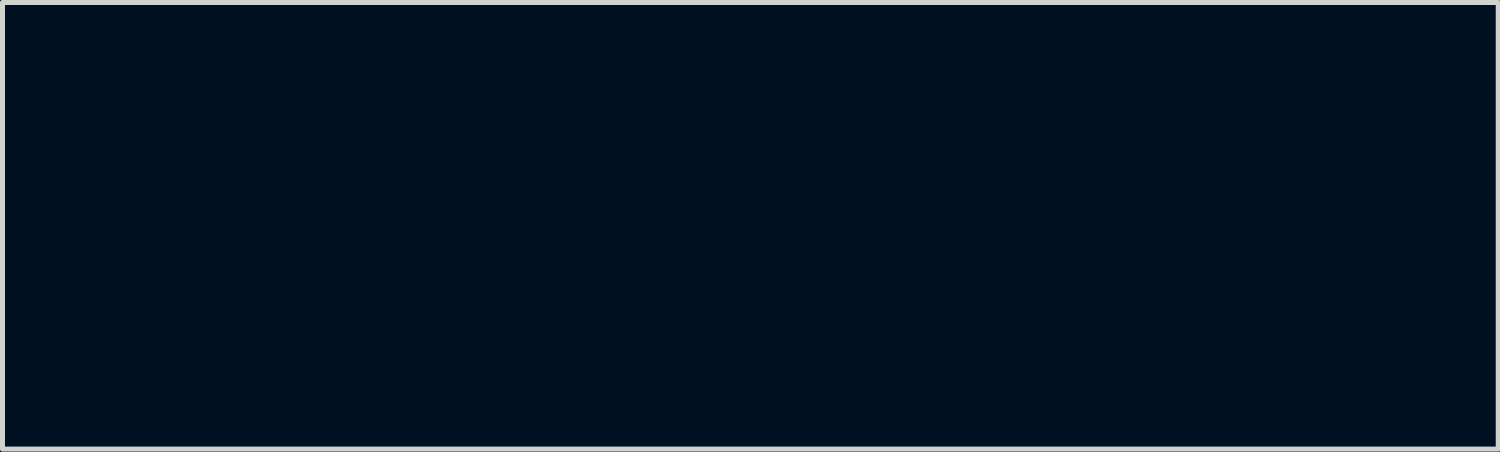
<source format=kicad_pcb>
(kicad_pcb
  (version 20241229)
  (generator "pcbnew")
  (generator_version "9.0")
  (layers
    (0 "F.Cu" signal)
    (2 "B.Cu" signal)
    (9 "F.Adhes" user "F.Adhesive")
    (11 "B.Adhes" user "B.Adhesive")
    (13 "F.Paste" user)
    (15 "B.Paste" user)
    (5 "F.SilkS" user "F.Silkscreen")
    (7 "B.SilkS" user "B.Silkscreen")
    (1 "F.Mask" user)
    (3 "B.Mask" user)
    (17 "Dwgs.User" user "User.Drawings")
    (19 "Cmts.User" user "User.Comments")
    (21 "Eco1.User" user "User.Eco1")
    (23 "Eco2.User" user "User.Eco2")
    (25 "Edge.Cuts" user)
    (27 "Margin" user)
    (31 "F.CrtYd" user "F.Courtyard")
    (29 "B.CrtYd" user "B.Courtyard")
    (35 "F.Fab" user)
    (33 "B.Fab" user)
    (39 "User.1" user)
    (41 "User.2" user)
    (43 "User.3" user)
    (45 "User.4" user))
  (footprint "farmeye_logo_BMask"
    (layer "F.Cu")
    (at 11.982 1.472)
    (property "Reference" "farmeye_logo_BMask" (at 0 0 0) (layer "B.Mask") (effects (font (size 1.524 1.524) (thickness 0.3))))
    (attr through_hole)
    (fp_poly (pts (xy 0.265 -0.016) (xy 0.259 -0.011) (xy 0.254 -0.016) (xy 0.259 -0.021) (xy 0.265 -0.016)) (stroke (width 0.01) (type solid)) (fill yes) (layer "B.Mask"))
    (fp_poly (pts (xy 0.286 -0.016) (xy 0.28 -0.011) (xy 0.275 -0.016) (xy 0.28 -0.021) (xy 0.286 -0.016)) (stroke (width 0.01) (type solid)) (fill yes) (layer "B.Mask"))
    (fp_poly (pts (xy -0.429 -0.238) (xy -0.404 -0.219) (xy -0.384 -0.189) (xy -0.385 -0.162) (xy -0.402 -0.138) (xy -0.432 -0.12) (xy -0.464 -0.119) (xy -0.49 -0.136) (xy -0.506 -0.167) (xy -0.502 -0.2) (xy -0.487 -0.222) (xy -0.458 -0.241) (xy -0.429 -0.238)) (stroke (width 0.01) (type solid)) (fill yes) (layer "B.Mask"))
    (fp_poly (pts (xy -0.163 1.192) (xy -0.139 1.212) (xy -0.126 1.243) (xy -0.13 1.272) (xy -0.147 1.295) (xy -0.175 1.307) (xy -0.201 1.304) (xy -0.227 1.287) (xy -0.241 1.259) (xy -0.24 1.228) (xy -0.224 1.203) (xy -0.194 1.187) (xy -0.163 1.192)) (stroke (width 0.01) (type solid)) (fill yes) (layer "B.Mask"))
    (fp_poly (pts (xy 0.288 -0.948) (xy 0.312 -0.931) (xy 0.326 -0.906) (xy 0.326 -0.877) (xy 0.315 -0.855) (xy 0.287 -0.833) (xy 0.257 -0.832) (xy 0.227 -0.851) (xy 0.208 -0.882) (xy 0.209 -0.912) (xy 0.231 -0.939) (xy 0.26 -0.952) (xy 0.288 -0.948)) (stroke (width 0.01) (type solid)) (fill yes) (layer "B.Mask"))
    (fp_poly (pts (xy 0.4 -0.84) (xy 0.426 -0.813) (xy 0.431 -0.786) (xy 0.419 -0.756) (xy 0.394 -0.735) (xy 0.363 -0.73) (xy 0.335 -0.742) (xy 0.322 -0.756) (xy 0.309 -0.787) (xy 0.316 -0.814) (xy 0.341 -0.84) (xy 0.37 -0.861) (xy 0.4 -0.84)) (stroke (width 0.01) (type solid)) (fill yes) (layer "B.Mask"))
    (fp_poly (pts (xy 0.706 0.282) (xy 0.729 0.309) (xy 0.735 0.339) (xy 0.727 0.366) (xy 0.705 0.386) (xy 0.677 0.392) (xy 0.65 0.385) (xy 0.633 0.373) (xy 0.619 0.342) (xy 0.625 0.31) (xy 0.648 0.282) (xy 0.677 0.26) (xy 0.706 0.282)) (stroke (width 0.01) (type solid)) (fill yes) (layer "B.Mask"))
    (fp_poly (pts (xy 1.026 0.792) (xy 1.051 0.818) (xy 1.073 0.847) (xy 1.051 0.876) (xy 1.028 0.901) (xy 1.004 0.907) (xy 0.974 0.897) (xy 0.95 0.875) (xy 0.942 0.846) (xy 0.95 0.817) (xy 0.967 0.799) (xy 0.999 0.786) (xy 1.026 0.792)) (stroke (width 0.01) (type solid)) (fill yes) (layer "B.Mask"))
    (fp_poly (pts (xy -1.705 0.449) (xy -1.685 0.463) (xy -1.662 0.49) (xy -1.656 0.519) (xy -1.666 0.547) (xy -1.688 0.566) (xy -1.716 0.572) (xy -1.747 0.562) (xy -1.763 0.546) (xy -1.774 0.513) (xy -1.765 0.482) (xy -1.74 0.458) (xy -1.72 0.448) (xy -1.705 0.449)) (stroke (width 0.01) (type solid)) (fill yes) (layer "B.Mask"))
    (fp_poly (pts (xy -1.656 -0.438) (xy -1.628 -0.421) (xy -1.615 -0.399) (xy -1.61 -0.376) (xy -1.619 -0.356) (xy -1.63 -0.344) (xy -1.659 -0.322) (xy -1.688 -0.321) (xy -1.714 -0.339) (xy -1.733 -0.369) (xy -1.732 -0.402) (xy -1.715 -0.429) (xy -1.687 -0.441) (xy -1.656 -0.438)) (stroke (width 0.01) (type solid)) (fill yes) (layer "B.Mask"))
    (fp_poly (pts (xy -1.351 -0.748) (xy -1.323 -0.73) (xy -1.304 -0.701) (xy -1.307 -0.673) (xy -1.326 -0.647) (xy -1.355 -0.628) (xy -1.382 -0.628) (xy -1.399 -0.635) (xy -1.414 -0.653) (xy -1.424 -0.678) (xy -1.423 -0.712) (xy -1.407 -0.737) (xy -1.381 -0.75) (xy -1.351 -0.748)) (stroke (width 0.01) (type solid)) (fill yes) (layer "B.Mask"))
    (fp_poly (pts (xy -1.306 1.352) (xy -1.283 1.37) (xy -1.267 1.403) (xy -1.273 1.433) (xy -1.295 1.456) (xy -1.32 1.469) (xy -1.342 1.467) (xy -1.363 1.455) (xy -1.381 1.431) (xy -1.386 1.401) (xy -1.377 1.373) (xy -1.369 1.364) (xy -1.337 1.348) (xy -1.306 1.352)) (stroke (width 0.01) (type solid)) (fill yes) (layer "B.Mask"))
    (fp_poly (pts (xy -1.25 -0.03) (xy -1.225 -0.017) (xy -1.208 0.006) (xy -1.204 0.035) (xy -1.21 0.052) (xy -1.233 0.079) (xy -1.265 0.088) (xy -1.292 0.081) (xy -1.313 0.06) (xy -1.322 0.03) (xy -1.317 -0.000183) (xy -1.307 -0.015) (xy -1.279 -0.03) (xy -1.25 -0.03)) (stroke (width 0.01) (type solid)) (fill yes) (layer "B.Mask"))
    (fp_poly (pts (xy -1.246 -0.642) (xy -1.221 -0.628) (xy -1.205 -0.606) (xy -1.202 -0.578) (xy -1.21 -0.556) (xy -1.236 -0.532) (xy -1.267 -0.526) (xy -1.287 -0.532) (xy -1.314 -0.556) (xy -1.323 -0.586) (xy -1.314 -0.616) (xy -1.303 -0.629) (xy -1.275 -0.643) (xy -1.246 -0.642)) (stroke (width 0.01) (type solid)) (fill yes) (layer "B.Mask"))
    (fp_poly (pts (xy -1.135 -0.945) (xy -1.114 -0.927) (xy -1.104 -0.902) (xy -1.109 -0.873) (xy -1.131 -0.844) (xy -1.161 -0.833) (xy -1.183 -0.837) (xy -1.211 -0.857) (xy -1.223 -0.886) (xy -1.217 -0.919) (xy -1.213 -0.926) (xy -1.19 -0.947) (xy -1.162 -0.952) (xy -1.135 -0.945)) (stroke (width 0.01) (type solid)) (fill yes) (layer "B.Mask"))
    (fp_poly (pts (xy -1.042 0.176) (xy -1.015 0.193) (xy -1.001 0.215) (xy -0.997 0.238) (xy -1.005 0.258) (xy -1.016 0.27) (xy -1.045 0.292) (xy -1.074 0.293) (xy -1.101 0.275) (xy -1.119 0.245) (xy -1.118 0.212) (xy -1.101 0.185) (xy -1.073 0.173) (xy -1.042 0.176)) (stroke (width 0.01) (type solid)) (fill yes) (layer "B.Mask"))
    (fp_poly (pts (xy -1.038 -0.236) (xy -1.018 -0.219) (xy -0.998 -0.189) (xy -0.999 -0.162) (xy -1.016 -0.138) (xy -1.046 -0.119) (xy -1.078 -0.121) (xy -1.095 -0.131) (xy -1.111 -0.154) (xy -1.114 -0.185) (xy -1.106 -0.214) (xy -1.094 -0.227) (xy -1.065 -0.242) (xy -1.038 -0.236)) (stroke (width 0.01) (type solid)) (fill yes) (layer "B.Mask"))
    (fp_poly (pts (xy -1.029 -0.84) (xy -1.003 -0.813) (xy -0.997 -0.786) (xy -1.01 -0.756) (xy -1.035 -0.735) (xy -1.066 -0.731) (xy -1.096 -0.742) (xy -1.105 -0.751) (xy -1.119 -0.779) (xy -1.114 -0.81) (xy -1.089 -0.838) (xy -1.087 -0.84) (xy -1.058 -0.861) (xy -1.029 -0.84)) (stroke (width 0.01) (type solid)) (fill yes) (layer "B.Mask"))
    (fp_poly (pts (xy -1.019 1.33) (xy -0.997 1.356) (xy -0.991 1.386) (xy -0.999 1.414) (xy -1.019 1.433) (xy -1.044 1.439) (xy -1.07 1.432) (xy -1.091 1.418) (xy -1.108 1.389) (xy -1.104 1.36) (xy -1.08 1.332) (xy -1.077 1.33) (xy -1.048 1.308) (xy -1.019 1.33)) (stroke (width 0.01) (type solid)) (fill yes) (layer "B.Mask"))
    (fp_poly (pts (xy -0.926 -0.537) (xy -0.904 -0.513) (xy -0.895 -0.485) (xy -0.903 -0.459) (xy -0.922 -0.438) (xy -0.948 -0.426) (xy -0.976 -0.428) (xy -0.998 -0.443) (xy -1.014 -0.473) (xy -1.013 -0.505) (xy -0.995 -0.532) (xy -0.99 -0.535) (xy -0.957 -0.546) (xy -0.926 -0.537)) (stroke (width 0.01) (type solid)) (fill yes) (layer "B.Mask"))
    (fp_poly (pts (xy -0.92 -0.33) (xy -0.901 -0.306) (xy -0.897 -0.28) (xy -0.905 -0.247) (xy -0.926 -0.225) (xy -0.955 -0.218) (xy -0.98 -0.225) (xy -1.007 -0.249) (xy -1.016 -0.278) (xy -1.011 -0.306) (xy -0.991 -0.328) (xy -0.959 -0.338) (xy -0.953 -0.339) (xy -0.92 -0.33)) (stroke (width 0.01) (type solid)) (fill yes) (layer "B.Mask"))
    (fp_poly (pts (xy -0.839 0.376) (xy -0.813 0.395) (xy -0.798 0.424) (xy -0.798 0.455) (xy -0.81 0.476) (xy -0.839 0.494) (xy -0.871 0.494) (xy -0.9 0.476) (xy -0.918 0.448) (xy -0.916 0.42) (xy -0.894 0.391) (xy -0.872 0.375) (xy -0.852 0.373) (xy -0.839 0.376)) (stroke (width 0.01) (type solid)) (fill yes) (layer "B.Mask"))
    (fp_poly (pts (xy -0.819 0.914) (xy -0.797 0.926) (xy -0.773 0.952) (xy -0.77 0.981) (xy -0.787 1.011) (xy -0.789 1.012) (xy -0.82 1.033) (xy -0.849 1.034) (xy -0.871 1.018) (xy -0.887 0.987) (xy -0.883 0.954) (xy -0.868 0.931) (xy -0.843 0.913) (xy -0.819 0.914)) (stroke (width 0.01) (type solid)) (fill yes) (layer "B.Mask"))
    (fp_poly (pts (xy -0.637 -0.644) (xy -0.611 -0.63) (xy -0.594 -0.608) (xy -0.59 -0.579) (xy -0.596 -0.561) (xy -0.62 -0.535) (xy -0.651 -0.526) (xy -0.678 -0.533) (xy -0.699 -0.554) (xy -0.708 -0.584) (xy -0.703 -0.614) (xy -0.693 -0.628) (xy -0.666 -0.644) (xy -0.637 -0.644)) (stroke (width 0.01) (type solid)) (fill yes) (layer "B.Mask"))
    (fp_poly (pts (xy -0.627 -0.031) (xy -0.603 -0.012) (xy -0.59 0.016) (xy -0.59 0.042) (xy -0.609 0.069) (xy -0.637 0.082) (xy -0.669 0.082) (xy -0.692 0.068) (xy -0.708 0.041) (xy -0.707 0.011) (xy -0.692 -0.014) (xy -0.668 -0.031) (xy -0.638 -0.034) (xy -0.627 -0.031)) (stroke (width 0.01) (type solid)) (fill yes) (layer "B.Mask"))
    (fp_poly (pts (xy -0.581 1.269) (xy -0.559 1.291) (xy -0.55 1.319) (xy -0.559 1.349) (xy -0.581 1.372) (xy -0.609 1.381) (xy -0.638 1.375) (xy -0.662 1.351) (xy -0.671 1.322) (xy -0.664 1.293) (xy -0.644 1.27) (xy -0.612 1.26) (xy -0.608 1.26) (xy -0.581 1.269)) (stroke (width 0.01) (type solid)) (fill yes) (layer "B.Mask"))
    (fp_poly (pts (xy -0.567 1.033) (xy -0.537 1.049) (xy -0.523 1.075) (xy -0.528 1.107) (xy -0.533 1.116) (xy -0.556 1.138) (xy -0.584 1.14) (xy -0.611 1.127) (xy -0.631 1.103) (xy -0.634 1.076) (xy -0.623 1.051) (xy -0.601 1.035) (xy -0.571 1.032) (xy -0.567 1.033)) (stroke (width 0.01) (type solid)) (fill yes) (layer "B.Mask"))
    (fp_poly (pts (xy -0.521 -1.152) (xy -0.5 -1.133) (xy -0.489 -1.107) (xy -0.49 -1.079) (xy -0.506 -1.055) (xy -0.537 -1.039) (xy -0.569 -1.04) (xy -0.595 -1.058) (xy -0.599 -1.063) (xy -0.61 -1.096) (xy -0.6 -1.127) (xy -0.577 -1.149) (xy -0.547 -1.159) (xy -0.521 -1.152)) (stroke (width 0.01) (type solid)) (fill yes) (layer "B.Mask"))
    (fp_poly (pts (xy -0.507 -0.733) (xy -0.492 -0.708) (xy -0.49 -0.679) (xy -0.504 -0.65) (xy -0.508 -0.646) (xy -0.537 -0.627) (xy -0.565 -0.63) (xy -0.591 -0.649) (xy -0.61 -0.68) (xy -0.608 -0.71) (xy -0.588 -0.734) (xy -0.563 -0.745) (xy -0.531 -0.747) (xy -0.507 -0.733)) (stroke (width 0.01) (type solid)) (fill yes) (layer "B.Mask"))
    (fp_poly (pts (xy -0.433 0.377) (xy -0.406 0.392) (xy -0.386 0.415) (xy -0.381 0.433) (xy -0.391 0.463) (xy -0.415 0.483) (xy -0.447 0.491) (xy -0.473 0.487) (xy -0.496 0.468) (xy -0.505 0.441) (xy -0.501 0.412) (xy -0.484 0.387) (xy -0.459 0.375) (xy -0.433 0.377)) (stroke (width 0.01) (type solid)) (fill yes) (layer "B.Mask"))
    (fp_poly (pts (xy -0.428 -0.438) (xy -0.401 -0.421) (xy -0.387 -0.399) (xy -0.383 -0.376) (xy -0.392 -0.356) (xy -0.402 -0.344) (xy -0.432 -0.322) (xy -0.46 -0.321) (xy -0.487 -0.339) (xy -0.505 -0.369) (xy -0.504 -0.402) (xy -0.487 -0.429) (xy -0.459 -0.441) (xy -0.428 -0.438)) (stroke (width 0.01) (type solid)) (fill yes) (layer "B.Mask"))
    (fp_poly (pts (xy -0.428 1.091) (xy -0.399 1.113) (xy -0.399 1.114) (xy -0.377 1.143) (xy -0.399 1.172) (xy -0.426 1.198) (xy -0.456 1.203) (xy -0.484 1.19) (xy -0.502 1.167) (xy -0.508 1.138) (xy -0.501 1.11) (xy -0.493 1.101) (xy -0.461 1.087) (xy -0.428 1.091)) (stroke (width 0.01) (type solid)) (fill yes) (layer "B.Mask"))
    (fp_poly (pts (xy -0.404 -1.037) (xy -0.403 -1.036) (xy -0.384 -1.006) (xy -0.385 -0.98) (xy -0.403 -0.957) (xy -0.435 -0.937) (xy -0.466 -0.938) (xy -0.487 -0.953) (xy -0.505 -0.982) (xy -0.504 -1.013) (xy -0.486 -1.038) (xy -0.454 -1.053) (xy -0.427 -1.053) (xy -0.404 -1.037)) (stroke (width 0.01) (type solid)) (fill yes) (layer "B.Mask"))
    (fp_poly (pts (xy -0.312 -0.943) (xy -0.292 -0.919) (xy -0.286 -0.89) (xy -0.294 -0.857) (xy -0.317 -0.837) (xy -0.35 -0.833) (xy -0.368 -0.837) (xy -0.394 -0.856) (xy -0.404 -0.882) (xy -0.401 -0.91) (xy -0.386 -0.935) (xy -0.36 -0.95) (xy -0.342 -0.952) (xy -0.312 -0.943)) (stroke (width 0.01) (type solid)) (fill yes) (layer "B.Mask"))
    (fp_poly (pts (xy -0.311 -1.35) (xy -0.29 -1.325) (xy -0.286 -1.302) (xy -0.294 -1.27) (xy -0.315 -1.248) (xy -0.342 -1.24) (xy -0.371 -1.246) (xy -0.385 -1.258) (xy -0.4 -1.287) (xy -0.399 -1.318) (xy -0.385 -1.344) (xy -0.359 -1.359) (xy -0.343 -1.361) (xy -0.311 -1.35)) (stroke (width 0.01) (type solid)) (fill yes) (layer "B.Mask"))
    (fp_poly (pts (xy -0.006 0.588) (xy 0.014 0.611) (xy 0.019 0.628) (xy 0.015 0.66) (xy -0.004 0.685) (xy -0.031 0.698) (xy -0.06 0.696) (xy -0.07 0.69) (xy -0.091 0.665) (xy -0.097 0.634) (xy -0.087 0.603) (xy -0.064 0.582) (xy -0.034 0.577) (xy -0.006 0.588)) (stroke (width 0.01) (type solid)) (fill yes) (layer "B.Mask"))
    (fp_poly (pts (xy 0.185 0.378) (xy 0.213 0.402) (xy 0.215 0.405) (xy 0.237 0.434) (xy 0.215 0.463) (xy 0.187 0.489) (xy 0.158 0.494) (xy 0.13 0.481) (xy 0.11 0.456) (xy 0.108 0.426) (xy 0.124 0.395) (xy 0.128 0.391) (xy 0.156 0.374) (xy 0.185 0.378)) (stroke (width 0.01) (type solid)) (fill yes) (layer "B.Mask"))
    (fp_poly (pts (xy 0.256 1.095) (xy 0.281 1.116) (xy 0.281 1.116) (xy 0.293 1.148) (xy 0.287 1.178) (xy 0.269 1.2) (xy 0.241 1.21) (xy 0.215 1.206) (xy 0.187 1.186) (xy 0.175 1.156) (xy 0.179 1.129) (xy 0.199 1.102) (xy 0.226 1.09) (xy 0.256 1.095)) (stroke (width 0.01) (type solid)) (fill yes) (layer "B.Mask"))
    (fp_poly (pts (xy 0.388 -0.44) (xy 0.412 -0.425) (xy 0.425 -0.398) (xy 0.427 -0.368) (xy 0.417 -0.341) (xy 0.397 -0.324) (xy 0.369 -0.318) (xy 0.347 -0.327) (xy 0.329 -0.343) (xy 0.312 -0.373) (xy 0.313 -0.402) (xy 0.328 -0.427) (xy 0.355 -0.441) (xy 0.388 -0.44)) (stroke (width 0.01) (type solid)) (fill yes) (layer "B.Mask"))
    (fp_poly (pts (xy 0.41 -0.017) (xy 0.429 0.007) (xy 0.434 0.028) (xy 0.425 0.055) (xy 0.403 0.074) (xy 0.374 0.084) (xy 0.346 0.082) (xy 0.329 0.07) (xy 0.314 0.039) (xy 0.314 0.007) (xy 0.325 -0.013) (xy 0.351 -0.029) (xy 0.382 -0.03) (xy 0.41 -0.017)) (stroke (width 0.01) (type solid)) (fill yes) (layer "B.Mask"))
    (fp_poly (pts (xy 0.485 -1.342) (xy 0.506 -1.323) (xy 0.517 -1.298) (xy 0.515 -1.269) (xy 0.499 -1.245) (xy 0.469 -1.229) (xy 0.437 -1.231) (xy 0.41 -1.249) (xy 0.407 -1.254) (xy 0.396 -1.286) (xy 0.405 -1.317) (xy 0.429 -1.34) (xy 0.458 -1.349) (xy 0.485 -1.342)) (stroke (width 0.01) (type solid)) (fill yes) (layer "B.Mask"))
    (fp_poly (pts (xy 0.498 -0.54) (xy 0.525 -0.516) (xy 0.534 -0.487) (xy 0.528 -0.463) (xy 0.504 -0.434) (xy 0.475 -0.423) (xy 0.445 -0.43) (xy 0.43 -0.443) (xy 0.414 -0.474) (xy 0.418 -0.507) (xy 0.434 -0.529) (xy 0.457 -0.547) (xy 0.479 -0.548) (xy 0.498 -0.54)) (stroke (width 0.01) (type solid)) (fill yes) (layer "B.Mask"))
    (fp_poly (pts (xy 0.609 -0.228) (xy 0.63 -0.204) (xy 0.635 -0.172) (xy 0.623 -0.142) (xy 0.616 -0.134) (xy 0.588 -0.118) (xy 0.558 -0.123) (xy 0.548 -0.128) (xy 0.522 -0.152) (xy 0.514 -0.181) (xy 0.523 -0.206) (xy 0.55 -0.233) (xy 0.581 -0.239) (xy 0.609 -0.228)) (stroke (width 0.01) (type solid)) (fill yes) (layer "B.Mask"))
    (fp_poly (pts (xy 0.792 -1.036) (xy 0.812 -1.016) (xy 0.821 -0.989) (xy 0.816 -0.958) (xy 0.811 -0.947) (xy 0.786 -0.925) (xy 0.755 -0.92) (xy 0.726 -0.933) (xy 0.714 -0.947) (xy 0.703 -0.98) (xy 0.712 -1.01) (xy 0.735 -1.033) (xy 0.765 -1.042) (xy 0.792 -1.036)) (stroke (width 0.01) (type solid)) (fill yes) (layer "B.Mask"))
    (fp_poly (pts (xy 0.809 -0.23) (xy 0.832 -0.206) (xy 0.841 -0.178) (xy 0.833 -0.152) (xy 0.814 -0.131) (xy 0.788 -0.119) (xy 0.76 -0.121) (xy 0.737 -0.136) (xy 0.721 -0.166) (xy 0.723 -0.198) (xy 0.741 -0.225) (xy 0.746 -0.228) (xy 0.778 -0.239) (xy 0.809 -0.23)) (stroke (width 0.01) (type solid)) (fill yes) (layer "B.Mask"))
    (fp_poly (pts (xy 0.883 -1.159) (xy 0.909 -1.139) (xy 0.926 -1.108) (xy 0.922 -1.074) (xy 0.908 -1.05) (xy 0.886 -1.038) (xy 0.857 -1.039) (xy 0.831 -1.05) (xy 0.821 -1.061) (xy 0.809 -1.093) (xy 0.817 -1.124) (xy 0.83 -1.142) (xy 0.856 -1.161) (xy 0.883 -1.159)) (stroke (width 0.01) (type solid)) (fill yes) (layer "B.Mask"))
    (fp_poly (pts (xy 0.9 0.857) (xy 0.927 0.881) (xy 0.936 0.91) (xy 0.93 0.934) (xy 0.906 0.963) (xy 0.877 0.974) (xy 0.848 0.967) (xy 0.832 0.954) (xy 0.817 0.923) (xy 0.821 0.89) (xy 0.836 0.868) (xy 0.859 0.85) (xy 0.881 0.849) (xy 0.9 0.857)) (stroke (width 0.01) (type solid)) (fill yes) (layer "B.Mask"))
    (fp_poly (pts (xy 0.903 -0.132) (xy 0.927 -0.116) (xy 0.94 -0.09) (xy 0.938 -0.06) (xy 0.921 -0.032) (xy 0.896 -0.014) (xy 0.871 -0.014) (xy 0.855 -0.022) (xy 0.83 -0.046) (xy 0.821 -0.075) (xy 0.829 -0.104) (xy 0.851 -0.126) (xy 0.87 -0.133) (xy 0.903 -0.132)) (stroke (width 0.01) (type solid)) (fill yes) (layer "B.Mask"))
    (fp_poly (pts (xy 0.994 -0.028) (xy 1.02 -0.006) (xy 1.03 0.022) (xy 1.025 0.05) (xy 1.007 0.072) (xy 0.977 0.083) (xy 0.945 0.079) (xy 0.927 0.069) (xy 0.912 0.041) (xy 0.912 0.012) (xy 0.925 -0.013) (xy 0.948 -0.03) (xy 0.977 -0.034) (xy 0.994 -0.028)) (stroke (width 0.01) (type solid)) (fill yes) (layer "B.Mask"))
    (fp_poly (pts (xy 1.005 -0.236) (xy 1.025 -0.219) (xy 1.044 -0.189) (xy 1.044 -0.162) (xy 1.027 -0.138) (xy 0.996 -0.119) (xy 0.965 -0.121) (xy 0.947 -0.131) (xy 0.932 -0.154) (xy 0.928 -0.185) (xy 0.937 -0.214) (xy 0.948 -0.227) (xy 0.978 -0.242) (xy 1.005 -0.236)) (stroke (width 0.01) (type solid)) (fill yes) (layer "B.Mask"))
    (fp_poly (pts (xy 1.313 -0.33) (xy 1.332 -0.306) (xy 1.336 -0.28) (xy 1.328 -0.247) (xy 1.307 -0.225) (xy 1.278 -0.218) (xy 1.253 -0.225) (xy 1.227 -0.249) (xy 1.217 -0.278) (xy 1.222 -0.306) (xy 1.242 -0.328) (xy 1.274 -0.338) (xy 1.28 -0.339) (xy 1.313 -0.33)) (stroke (width 0.01) (type solid)) (fill yes) (layer "B.Mask"))
    (fp_poly (pts (xy 1.418 -0.429) (xy 1.436 -0.4) (xy 1.436 -0.367) (xy 1.418 -0.339) (xy 1.39 -0.32) (xy 1.361 -0.323) (xy 1.333 -0.344) (xy 1.317 -0.366) (xy 1.315 -0.386) (xy 1.318 -0.399) (xy 1.337 -0.425) (xy 1.366 -0.44) (xy 1.397 -0.44) (xy 1.418 -0.429)) (stroke (width 0.01) (type solid)) (fill yes) (layer "B.Mask"))
    (fp_poly (pts (xy -2.479 0.376) (xy -2.452 0.394) (xy -2.446 0.404) (xy -2.436 0.426) (xy -2.439 0.444) (xy -2.448 0.459) (xy -2.473 0.481) (xy -2.505 0.487) (xy -2.535 0.475) (xy -2.544 0.467) (xy -2.56 0.437) (xy -2.555 0.406) (xy -2.541 0.387) (xy -2.511 0.373) (xy -2.479 0.376)) (stroke (width 0.01) (type solid)) (fill yes) (layer "B.Mask"))
    (fp_poly (pts (xy -2.329 0.349) (xy -2.328 0.349) (xy -2.31 0.379) (xy -2.31 0.411) (xy -2.327 0.438) (xy -2.357 0.453) (xy -2.387 0.449) (xy -2.412 0.427) (xy -2.429 0.402) (xy -2.432 0.384) (xy -2.418 0.364) (xy -2.408 0.354) (xy -2.38 0.333) (xy -2.355 0.331) (xy -2.329 0.349)) (stroke (width 0.01) (type solid)) (fill yes) (layer "B.Mask"))
    (fp_poly (pts (xy -1.945 0.35) (xy -1.931 0.36) (xy -1.909 0.388) (xy -1.908 0.415) (xy -1.927 0.443) (xy -1.946 0.459) (xy -1.966 0.463) (xy -1.993 0.458) (xy -2.013 0.443) (xy -2.025 0.416) (xy -2.024 0.384) (xy -2.022 0.376) (xy -2.003 0.351) (xy -1.975 0.342) (xy -1.945 0.35)) (stroke (width 0.01) (type solid)) (fill yes) (layer "B.Mask"))
    (fp_poly (pts (xy -1.82 0.396) (xy -1.797 0.411) (xy -1.782 0.433) (xy -1.779 0.459) (xy -1.792 0.484) (xy -1.797 0.489) (xy -1.821 0.507) (xy -1.839 0.512) (xy -1.86 0.507) (xy -1.886 0.488) (xy -1.897 0.459) (xy -1.893 0.428) (xy -1.875 0.405) (xy -1.847 0.392) (xy -1.82 0.396)) (stroke (width 0.01) (type solid)) (fill yes) (layer "B.Mask"))
    (fp_poly (pts (xy -1.445 0.59) (xy -1.422 0.607) (xy -1.403 0.628) (xy -1.397 0.644) (xy -1.406 0.675) (xy -1.428 0.696) (xy -1.458 0.705) (xy -1.488 0.698) (xy -1.503 0.688) (xy -1.519 0.663) (xy -1.519 0.637) (xy -1.505 0.608) (xy -1.482 0.588) (xy -1.465 0.582) (xy -1.445 0.59)) (stroke (width 0.01) (type solid)) (fill yes) (layer "B.Mask"))
    (fp_poly (pts (xy -1.429 -0.223) (xy -1.429 -0.222) (xy -1.411 -0.192) (xy -1.411 -0.16) (xy -1.427 -0.134) (xy -1.458 -0.118) (xy -1.491 -0.122) (xy -1.513 -0.138) (xy -1.532 -0.164) (xy -1.53 -0.189) (xy -1.509 -0.217) (xy -1.509 -0.217) (xy -1.48 -0.239) (xy -1.455 -0.241) (xy -1.429 -0.223)) (stroke (width 0.01) (type solid)) (fill yes) (layer "B.Mask"))
    (fp_poly (pts (xy -1.334 -0.33) (xy -1.313 -0.308) (xy -1.307 -0.278) (xy -1.316 -0.248) (xy -1.321 -0.241) (xy -1.346 -0.226) (xy -1.376 -0.224) (xy -1.403 -0.234) (xy -1.409 -0.24) (xy -1.423 -0.27) (xy -1.42 -0.301) (xy -1.403 -0.325) (xy -1.374 -0.338) (xy -1.365 -0.339) (xy -1.334 -0.33)) (stroke (width 0.01) (type solid)) (fill yes) (layer "B.Mask"))
    (fp_poly (pts (xy -1.305 0.661) (xy -1.284 0.682) (xy -1.278 0.711) (xy -1.29 0.742) (xy -1.293 0.746) (xy -1.32 0.768) (xy -1.351 0.771) (xy -1.378 0.755) (xy -1.379 0.753) (xy -1.395 0.724) (xy -1.394 0.694) (xy -1.379 0.668) (xy -1.352 0.655) (xy -1.341 0.654) (xy -1.305 0.661)) (stroke (width 0.01) (type solid)) (fill yes) (layer "B.Mask"))
    (fp_poly (pts (xy -1.028 -0.024) (xy -1.005 -0.004) (xy -0.995 0.02) (xy -0.995 0.022) (xy -1.004 0.053) (xy -1.026 0.074) (xy -1.056 0.083) (xy -1.086 0.079) (xy -1.104 0.065) (xy -1.119 0.036) (xy -1.117 0.007) (xy -1.099 -0.018) (xy -1.069 -0.031) (xy -1.056 -0.032) (xy -1.028 -0.024)) (stroke (width 0.01) (type solid)) (fill yes) (layer "B.Mask"))
    (fp_poly (pts (xy -0.952 -0.75) (xy -0.929 -0.739) (xy -0.907 -0.718) (xy -0.907 -0.717) (xy -0.885 -0.688) (xy -0.907 -0.659) (xy -0.934 -0.633) (xy -0.964 -0.628) (xy -0.992 -0.641) (xy -1.011 -0.664) (xy -1.015 -0.693) (xy -1.006 -0.721) (xy -0.986 -0.742) (xy -0.959 -0.75) (xy -0.952 -0.75)) (stroke (width 0.01) (type solid)) (fill yes) (layer "B.Mask"))
    (fp_poly (pts (xy -0.948 -1.16) (xy -0.933 -1.153) (xy -0.909 -1.13) (xy -0.9 -1.1) (xy -0.907 -1.071) (xy -0.923 -1.054) (xy -0.949 -1.04) (xy -0.97 -1.041) (xy -0.992 -1.054) (xy -1.013 -1.079) (xy -1.016 -1.109) (xy -1.002 -1.138) (xy -0.988 -1.15) (xy -0.966 -1.162) (xy -0.948 -1.16)) (stroke (width 0.01) (type solid)) (fill yes) (layer "B.Mask"))
    (fp_poly (pts (xy -0.94 0.853) (xy -0.914 0.869) (xy -0.893 0.897) (xy -0.893 0.923) (xy -0.913 0.95) (xy -0.913 0.951) (xy -0.942 0.97) (xy -0.969 0.971) (xy -0.986 0.963) (xy -1.002 0.945) (xy -1.01 0.926) (xy -1.01 0.892) (xy -0.995 0.866) (xy -0.97 0.852) (xy -0.94 0.853)) (stroke (width 0.01) (type solid)) (fill yes) (layer "B.Mask"))
    (fp_poly (pts (xy -0.927 0.077) (xy -0.903 0.102) (xy -0.892 0.121) (xy -0.894 0.137) (xy -0.907 0.157) (xy -0.934 0.181) (xy -0.964 0.188) (xy -0.992 0.177) (xy -0.998 0.172) (xy -1.014 0.141) (xy -1.013 0.109) (xy -0.995 0.082) (xy -0.99 0.079) (xy -0.957 0.068) (xy -0.927 0.077)) (stroke (width 0.01) (type solid)) (fill yes) (layer "B.Mask"))
    (fp_poly (pts (xy -0.872 1.307) (xy -0.862 1.317) (xy -0.841 1.345) (xy -0.839 1.37) (xy -0.857 1.396) (xy -0.857 1.397) (xy -0.887 1.415) (xy -0.919 1.415) (xy -0.946 1.399) (xy -0.961 1.369) (xy -0.957 1.338) (xy -0.935 1.313) (xy -0.91 1.296) (xy -0.892 1.294) (xy -0.872 1.307)) (stroke (width 0.01) (type solid)) (fill yes) (layer "B.Mask"))
    (fp_poly (pts (xy -0.835 -1.052) (xy -0.81 -1.036) (xy -0.795 -1.008) (xy -0.794 -0.995) (xy -0.802 -0.963) (xy -0.824 -0.943) (xy -0.852 -0.936) (xy -0.882 -0.944) (xy -0.9 -0.96) (xy -0.917 -0.987) (xy -0.917 -1.009) (xy -0.901 -1.031) (xy -0.895 -1.036) (xy -0.866 -1.053) (xy -0.835 -1.052)) (stroke (width 0.01) (type solid)) (fill yes) (layer "B.Mask"))
    (fp_poly (pts (xy -0.832 -0.028) (xy -0.808 -0.004) (xy -0.802 0.006) (xy -0.798 0.036) (xy -0.811 0.063) (xy -0.837 0.081) (xy -0.857 0.085) (xy -0.888 0.076) (xy -0.906 0.058) (xy -0.918 0.033) (xy -0.914 0.01) (xy -0.912 0.005) (xy -0.89 -0.023) (xy -0.861 -0.034) (xy -0.832 -0.028)) (stroke (width 0.01) (type solid)) (fill yes) (layer "B.Mask"))
    (fp_poly (pts (xy -0.811 0.189) (xy -0.795 0.22) (xy -0.799 0.253) (xy -0.815 0.275) (xy -0.841 0.293) (xy -0.866 0.292) (xy -0.894 0.271) (xy -0.895 0.27) (xy -0.916 0.242) (xy -0.918 0.217) (xy -0.9 0.191) (xy -0.9 0.191) (xy -0.869 0.172) (xy -0.837 0.172) (xy -0.811 0.189)) (stroke (width 0.01) (type solid)) (fill yes) (layer "B.Mask"))
    (fp_poly (pts (xy -0.739 -0.544) (xy -0.722 -0.533) (xy -0.696 -0.505) (xy -0.691 -0.476) (xy -0.707 -0.447) (xy -0.708 -0.445) (xy -0.739 -0.427) (xy -0.771 -0.426) (xy -0.798 -0.444) (xy -0.811 -0.472) (xy -0.808 -0.503) (xy -0.79 -0.531) (xy -0.777 -0.54) (xy -0.757 -0.548) (xy -0.739 -0.544)) (stroke (width 0.01) (type solid)) (fill yes) (layer "B.Mask"))
    (fp_poly (pts (xy -0.733 -0.334) (xy -0.706 -0.315) (xy -0.699 -0.305) (xy -0.69 -0.283) (xy -0.693 -0.265) (xy -0.702 -0.25) (xy -0.727 -0.228) (xy -0.759 -0.222) (xy -0.789 -0.234) (xy -0.797 -0.242) (xy -0.813 -0.272) (xy -0.809 -0.303) (xy -0.795 -0.322) (xy -0.765 -0.336) (xy -0.733 -0.334)) (stroke (width 0.01) (type solid)) (fill yes) (layer "B.Mask"))
    (fp_poly (pts (xy -0.726 0.279) (xy -0.699 0.306) (xy -0.692 0.337) (xy -0.703 0.366) (xy -0.728 0.386) (xy -0.759 0.391) (xy -0.789 0.379) (xy -0.798 0.371) (xy -0.812 0.342) (xy -0.807 0.312) (xy -0.782 0.284) (xy -0.781 0.283) (xy -0.76 0.269) (xy -0.745 0.268) (xy -0.726 0.279)) (stroke (width 0.01) (type solid)) (fill yes) (layer "B.Mask"))
    (fp_poly (pts (xy -0.723 1.294) (xy -0.716 1.3) (xy -0.701 1.329) (xy -0.702 1.356) (xy -0.717 1.379) (xy -0.741 1.394) (xy -0.771 1.395) (xy -0.798 1.383) (xy -0.813 1.36) (xy -0.817 1.33) (xy -0.808 1.301) (xy -0.804 1.296) (xy -0.781 1.283) (xy -0.751 1.282) (xy -0.723 1.294)) (stroke (width 0.01) (type solid)) (fill yes) (layer "B.Mask"))
    (fp_poly (pts (xy -0.713 -0.735) (xy -0.696 -0.712) (xy -0.693 -0.683) (xy -0.707 -0.654) (xy -0.71 -0.65) (xy -0.738 -0.629) (xy -0.766 -0.627) (xy -0.785 -0.635) (xy -0.804 -0.657) (xy -0.81 -0.687) (xy -0.804 -0.717) (xy -0.786 -0.74) (xy -0.774 -0.746) (xy -0.74 -0.748) (xy -0.713 -0.735)) (stroke (width 0.01) (type solid)) (fill yes) (layer "B.Mask"))
    (fp_poly (pts (xy -0.641 -0.239) (xy -0.627 -0.232) (xy -0.598 -0.208) (xy -0.589 -0.18) (xy -0.601 -0.151) (xy -0.608 -0.142) (xy -0.639 -0.121) (xy -0.668 -0.12) (xy -0.692 -0.136) (xy -0.708 -0.167) (xy -0.706 -0.199) (xy -0.686 -0.226) (xy -0.681 -0.229) (xy -0.659 -0.241) (xy -0.641 -0.239)) (stroke (width 0.01) (type solid)) (fill yes) (layer "B.Mask"))
    (fp_poly (pts (xy -0.622 -1.046) (xy -0.6 -1.025) (xy -0.6 -1.024) (xy -0.578 -0.995) (xy -0.599 -0.966) (xy -0.626 -0.944) (xy -0.657 -0.936) (xy -0.685 -0.945) (xy -0.693 -0.952) (xy -0.707 -0.98) (xy -0.706 -1.011) (xy -0.692 -1.037) (xy -0.669 -1.054) (xy -0.645 -1.057) (xy -0.622 -1.046)) (stroke (width 0.01) (type solid)) (fill yes) (layer "B.Mask"))
    (fp_poly (pts (xy -0.619 -1.251) (xy -0.598 -1.229) (xy -0.591 -1.2) (xy -0.596 -1.171) (xy -0.617 -1.147) (xy -0.623 -1.144) (xy -0.647 -1.134) (xy -0.665 -1.137) (xy -0.686 -1.149) (xy -0.704 -1.173) (xy -0.708 -1.202) (xy -0.698 -1.231) (xy -0.677 -1.252) (xy -0.65 -1.259) (xy -0.619 -1.251)) (stroke (width 0.01) (type solid)) (fill yes) (layer "B.Mask"))
    (fp_poly (pts (xy -0.539 0.27) (xy -0.524 0.279) (xy -0.502 0.301) (xy -0.491 0.323) (xy -0.492 0.353) (xy -0.508 0.376) (xy -0.533 0.389) (xy -0.562 0.39) (xy -0.588 0.378) (xy -0.599 0.366) (xy -0.61 0.333) (xy -0.6 0.302) (xy -0.576 0.279) (xy -0.556 0.268) (xy -0.539 0.27)) (stroke (width 0.01) (type solid)) (fill yes) (layer "B.Mask"))
    (fp_poly (pts (xy -0.504 -0.118) (xy -0.489 -0.087) (xy -0.492 -0.054) (xy -0.508 -0.032) (xy -0.534 -0.014) (xy -0.559 -0.015) (xy -0.587 -0.036) (xy -0.588 -0.037) (xy -0.609 -0.065) (xy -0.611 -0.09) (xy -0.593 -0.116) (xy -0.593 -0.116) (xy -0.563 -0.134) (xy -0.531 -0.135) (xy -0.504 -0.118)) (stroke (width 0.01) (type solid)) (fill yes) (layer "B.Mask"))
    (fp_poly (pts (xy -0.426 -0.027) (xy -0.399 -0.008) (xy -0.393 0.001) (xy -0.383 0.024) (xy -0.386 0.042) (xy -0.395 0.057) (xy -0.42 0.079) (xy -0.452 0.085) (xy -0.482 0.073) (xy -0.49 0.065) (xy -0.506 0.035) (xy -0.502 0.004) (xy -0.488 -0.015) (xy -0.458 -0.03) (xy -0.426 -0.027)) (stroke (width 0.01) (type solid)) (fill yes) (layer "B.Mask"))
    (fp_poly (pts (xy -0.334 0.067) (xy -0.319 0.075) (xy -0.294 0.1) (xy -0.288 0.12) (xy -0.292 0.153) (xy -0.31 0.177) (xy -0.335 0.189) (xy -0.364 0.186) (xy -0.385 0.171) (xy -0.401 0.14) (xy -0.399 0.108) (xy -0.379 0.081) (xy -0.374 0.078) (xy -0.353 0.066) (xy -0.334 0.067)) (stroke (width 0.01) (type solid)) (fill yes) (layer "B.Mask"))
    (fp_poly (pts (xy -0.319 0.278) (xy -0.316 0.279) (xy -0.296 0.3) (xy -0.287 0.33) (xy -0.292 0.36) (xy -0.302 0.374) (xy -0.328 0.389) (xy -0.36 0.39) (xy -0.377 0.383) (xy -0.399 0.359) (xy -0.404 0.331) (xy -0.396 0.304) (xy -0.378 0.283) (xy -0.351 0.272) (xy -0.319 0.278)) (stroke (width 0.01) (type solid)) (fill yes) (layer "B.Mask"))
    (fp_poly (pts (xy -0.314 -0.743) (xy -0.295 -0.72) (xy -0.287 -0.691) (xy -0.292 -0.662) (xy -0.309 -0.641) (xy -0.331 -0.629) (xy -0.344 -0.624) (xy -0.36 -0.63) (xy -0.379 -0.641) (xy -0.398 -0.665) (xy -0.401 -0.694) (xy -0.391 -0.723) (xy -0.37 -0.744) (xy -0.342 -0.751) (xy -0.314 -0.743)) (stroke (width 0.01) (type solid)) (fill yes) (layer "B.Mask"))
    (fp_poly (pts (xy -0.314 0.485) (xy -0.295 0.507) (xy -0.287 0.536) (xy -0.292 0.566) (xy -0.309 0.587) (xy -0.331 0.599) (xy -0.344 0.603) (xy -0.36 0.598) (xy -0.379 0.587) (xy -0.398 0.563) (xy -0.401 0.533) (xy -0.391 0.505) (xy -0.37 0.484) (xy -0.342 0.476) (xy -0.314 0.485)) (stroke (width 0.01) (type solid)) (fill yes) (layer "B.Mask"))
    (fp_poly (pts (xy -0.232 -1.465) (xy -0.217 -1.456) (xy -0.195 -1.435) (xy -0.184 -1.412) (xy -0.185 -1.382) (xy -0.201 -1.36) (xy -0.226 -1.347) (xy -0.255 -1.345) (xy -0.281 -1.358) (xy -0.292 -1.37) (xy -0.303 -1.403) (xy -0.294 -1.434) (xy -0.269 -1.457) (xy -0.249 -1.467) (xy -0.232 -1.465)) (stroke (width 0.01) (type solid)) (fill yes) (layer "B.Mask"))
    (fp_poly (pts (xy -0.232 0.577) (xy -0.217 0.586) (xy -0.195 0.608) (xy -0.184 0.63) (xy -0.185 0.66) (xy -0.201 0.683) (xy -0.226 0.696) (xy -0.255 0.697) (xy -0.281 0.685) (xy -0.292 0.673) (xy -0.303 0.64) (xy -0.294 0.609) (xy -0.269 0.586) (xy -0.249 0.575) (xy -0.232 0.577)) (stroke (width 0.01) (type solid)) (fill yes) (layer "B.Mask"))
    (fp_poly (pts (xy -0.218 -0.847) (xy -0.194 -0.824) (xy -0.183 -0.794) (xy -0.188 -0.763) (xy -0.196 -0.751) (xy -0.225 -0.733) (xy -0.257 -0.734) (xy -0.286 -0.752) (xy -0.303 -0.78) (xy -0.299 -0.81) (xy -0.275 -0.838) (xy -0.273 -0.84) (xy -0.25 -0.853) (xy -0.233 -0.854) (xy -0.218 -0.847)) (stroke (width 0.01) (type solid)) (fill yes) (layer "B.Mask"))
    (fp_poly (pts (xy -0.207 -1.043) (xy -0.194 -1.032) (xy -0.182 -1.001) (xy -0.186 -0.972) (xy -0.202 -0.95) (xy -0.227 -0.938) (xy -0.256 -0.938) (xy -0.284 -0.956) (xy -0.285 -0.957) (xy -0.304 -0.985) (xy -0.303 -1.011) (xy -0.291 -1.031) (xy -0.267 -1.047) (xy -0.236 -1.051) (xy -0.207 -1.043)) (stroke (width 0.01) (type solid)) (fill yes) (layer "B.Mask"))
    (fp_poly (pts (xy -0.127 0.27) (xy -0.112 0.279) (xy -0.085 0.306) (xy -0.078 0.337) (xy -0.089 0.366) (xy -0.114 0.386) (xy -0.145 0.391) (xy -0.176 0.379) (xy -0.185 0.371) (xy -0.198 0.343) (xy -0.193 0.312) (xy -0.171 0.285) (xy -0.164 0.279) (xy -0.143 0.268) (xy -0.127 0.27)) (stroke (width 0.01) (type solid)) (fill yes) (layer "B.Mask"))
    (fp_poly (pts (xy -0.115 -1.353) (xy -0.096 -1.339) (xy -0.077 -1.313) (xy -0.079 -1.287) (xy -0.099 -1.261) (xy -0.121 -1.243) (xy -0.139 -1.24) (xy -0.164 -1.249) (xy -0.169 -1.252) (xy -0.192 -1.273) (xy -0.2 -1.302) (xy -0.194 -1.33) (xy -0.178 -1.348) (xy -0.146 -1.361) (xy -0.115 -1.353)) (stroke (width 0.01) (type solid)) (fill yes) (layer "B.Mask"))
    (fp_poly (pts (xy -0.106 -1.148) (xy -0.087 -1.126) (xy -0.079 -1.098) (xy -0.087 -1.067) (xy -0.089 -1.063) (xy -0.114 -1.042) (xy -0.145 -1.038) (xy -0.175 -1.049) (xy -0.184 -1.057) (xy -0.2 -1.087) (xy -0.197 -1.118) (xy -0.174 -1.144) (xy -0.161 -1.153) (xy -0.131 -1.159) (xy -0.106 -1.148)) (stroke (width 0.01) (type solid)) (fill yes) (layer "B.Mask"))
    (fp_poly (pts (xy -0.008 -1.251) (xy 0.012 -1.229) (xy 0.02 -1.2) (xy 0.015 -1.17) (xy -0.002 -1.149) (xy -0.028 -1.135) (xy -0.05 -1.136) (xy -0.067 -1.144) (xy -0.09 -1.168) (xy -0.098 -1.197) (xy -0.091 -1.226) (xy -0.071 -1.249) (xy -0.04 -1.259) (xy -0.036 -1.259) (xy -0.008 -1.251)) (stroke (width 0.01) (type solid)) (fill yes) (layer "B.Mask"))
    (fp_poly (pts (xy -0.003 -1.455) (xy 0.015 -1.433) (xy 0.021 -1.405) (xy 0.014 -1.377) (xy 0.002 -1.362) (xy -0.027 -1.346) (xy -0.058 -1.347) (xy -0.07 -1.352) (xy -0.092 -1.377) (xy -0.097 -1.409) (xy -0.087 -1.439) (xy -0.061 -1.461) (xy -0.059 -1.462) (xy -0.029 -1.467) (xy -0.003 -1.455)) (stroke (width 0.01) (type solid)) (fill yes) (layer "B.Mask"))
    (fp_poly (pts (xy -0.003 -0.021) (xy 0.015 0.002) (xy 0.021 0.031) (xy 0.012 0.059) (xy 0.005 0.068) (xy -0.019 0.081) (xy -0.048 0.084) (xy -0.074 0.078) (xy -0.082 0.071) (xy -0.097 0.038) (xy -0.096 0.006) (xy -0.078 -0.021) (xy -0.061 -0.031) (xy -0.029 -0.034) (xy -0.003 -0.021)) (stroke (width 0.01) (type solid)) (fill yes) (layer "B.Mask"))
    (fp_poly (pts (xy -0.002 0.186) (xy 0.018 0.212) (xy 0.021 0.233) (xy 0.012 0.265) (xy -0.002 0.28) (xy -0.028 0.294) (xy -0.05 0.293) (xy -0.07 0.281) (xy -0.094 0.255) (xy -0.098 0.225) (xy -0.08 0.196) (xy -0.079 0.195) (xy -0.053 0.174) (xy -0.03 0.172) (xy -0.002 0.186)) (stroke (width 0.01) (type solid)) (fill yes) (layer "B.Mask"))
    (fp_poly (pts (xy -0.001 -1.044) (xy 0.017 -1.018) (xy 0.021 -0.993) (xy 0.013 -0.961) (xy -0.008 -0.942) (xy -0.037 -0.935) (xy -0.066 -0.944) (xy -0.086 -0.962) (xy -0.101 -0.984) (xy -0.104 -1) (xy -0.093 -1.019) (xy -0.084 -1.03) (xy -0.057 -1.052) (xy -0.027 -1.056) (xy -0.001 -1.044)) (stroke (width 0.01) (type solid)) (fill yes) (layer "B.Mask"))
    (fp_poly (pts (xy 0.089 -1.15) (xy 0.111 -1.128) (xy 0.123 -1.105) (xy 0.122 -1.075) (xy 0.106 -1.053) (xy 0.081 -1.04) (xy 0.052 -1.038) (xy 0.026 -1.051) (xy 0.015 -1.063) (xy 0.002 -1.094) (xy 0.009 -1.122) (xy 0.034 -1.146) (xy 0.055 -1.16) (xy 0.07 -1.161) (xy 0.089 -1.15)) (stroke (width 0.01) (type solid)) (fill yes) (layer "B.Mask"))
    (fp_poly (pts (xy 0.122 1.128) (xy 0.144 1.145) (xy 0.154 1.171) (xy 0.154 1.179) (xy 0.144 1.212) (xy 0.122 1.232) (xy 0.094 1.239) (xy 0.065 1.23) (xy 0.046 1.211) (xy 0.034 1.189) (xy 0.036 1.171) (xy 0.043 1.155) (xy 0.065 1.132) (xy 0.093 1.124) (xy 0.122 1.128)) (stroke (width 0.01) (type solid)) (fill yes) (layer "B.Mask"))
    (fp_poly (pts (xy 0.178 -0.853) (xy 0.206 -0.832) (xy 0.207 -0.831) (xy 0.228 -0.803) (xy 0.23 -0.778) (xy 0.212 -0.752) (xy 0.212 -0.751) (xy 0.182 -0.733) (xy 0.15 -0.733) (xy 0.123 -0.75) (xy 0.108 -0.781) (xy 0.111 -0.814) (xy 0.127 -0.836) (xy 0.153 -0.854) (xy 0.178 -0.853)) (stroke (width 0.01) (type solid)) (fill yes) (layer "B.Mask"))
    (fp_poly (pts (xy 0.194 -0.028) (xy 0.219 -0.002) (xy 0.222 0.003) (xy 0.229 0.032) (xy 0.22 0.057) (xy 0.2 0.076) (xy 0.174 0.085) (xy 0.147 0.081) (xy 0.123 0.062) (xy 0.122 0.061) (xy 0.107 0.029) (xy 0.113 0.002) (xy 0.133 -0.02) (xy 0.164 -0.034) (xy 0.194 -0.028)) (stroke (width 0.01) (type solid)) (fill yes) (layer "B.Mask"))
    (fp_poly (pts (xy 0.194 0.585) (xy 0.222 0.612) (xy 0.229 0.643) (xy 0.218 0.673) (xy 0.193 0.693) (xy 0.162 0.698) (xy 0.131 0.686) (xy 0.122 0.678) (xy 0.108 0.649) (xy 0.114 0.619) (xy 0.138 0.59) (xy 0.14 0.589) (xy 0.161 0.576) (xy 0.176 0.575) (xy 0.194 0.585)) (stroke (width 0.01) (type solid)) (fill yes) (layer "B.Mask"))
    (fp_poly (pts (xy 0.286 0.276) (xy 0.31 0.291) (xy 0.326 0.318) (xy 0.328 0.334) (xy 0.319 0.363) (xy 0.297 0.383) (xy 0.267 0.39) (xy 0.238 0.383) (xy 0.231 0.378) (xy 0.21 0.351) (xy 0.21 0.318) (xy 0.213 0.309) (xy 0.231 0.284) (xy 0.257 0.273) (xy 0.286 0.276)) (stroke (width 0.01) (type solid)) (fill yes) (layer "B.Mask"))
    (fp_poly (pts (xy 0.4 -0.233) (xy 0.42 -0.208) (xy 0.427 -0.179) (xy 0.419 -0.145) (xy 0.397 -0.124) (xy 0.369 -0.118) (xy 0.338 -0.129) (xy 0.328 -0.138) (xy 0.312 -0.16) (xy 0.307 -0.178) (xy 0.315 -0.2) (xy 0.334 -0.223) (xy 0.357 -0.239) (xy 0.371 -0.243) (xy 0.4 -0.233)) (stroke (width 0.01) (type solid)) (fill yes) (layer "B.Mask"))
    (fp_poly (pts (xy 0.481 -0.747) (xy 0.506 -0.733) (xy 0.525 -0.714) (xy 0.536 -0.694) (xy 0.535 -0.679) (xy 0.522 -0.658) (xy 0.494 -0.633) (xy 0.464 -0.628) (xy 0.437 -0.641) (xy 0.417 -0.664) (xy 0.413 -0.693) (xy 0.422 -0.72) (xy 0.441 -0.741) (xy 0.468 -0.749) (xy 0.481 -0.747)) (stroke (width 0.01) (type solid)) (fill yes) (layer "B.Mask"))
    (fp_poly (pts (xy 0.485 -0.133) (xy 0.515 -0.118) (xy 0.531 -0.092) (xy 0.532 -0.063) (xy 0.516 -0.035) (xy 0.498 -0.021) (xy 0.475 -0.012) (xy 0.456 -0.015) (xy 0.436 -0.027) (xy 0.416 -0.051) (xy 0.412 -0.08) (xy 0.422 -0.107) (xy 0.443 -0.127) (xy 0.473 -0.134) (xy 0.485 -0.133)) (stroke (width 0.01) (type solid)) (fill yes) (layer "B.Mask"))
    (fp_poly (pts (xy 0.495 0.07) (xy 0.518 0.091) (xy 0.535 0.116) (xy 0.537 0.135) (xy 0.524 0.154) (xy 0.514 0.165) (xy 0.482 0.186) (xy 0.453 0.187) (xy 0.43 0.171) (xy 0.415 0.141) (xy 0.416 0.109) (xy 0.433 0.083) (xy 0.436 0.08) (xy 0.468 0.065) (xy 0.495 0.07)) (stroke (width 0.01) (type solid)) (fill yes) (layer "B.Mask"))
    (fp_poly (pts (xy 0.5 0.279) (xy 0.524 0.3) (xy 0.531 0.311) (xy 0.535 0.342) (xy 0.524 0.367) (xy 0.502 0.385) (xy 0.474 0.392) (xy 0.446 0.385) (xy 0.43 0.372) (xy 0.416 0.349) (xy 0.413 0.333) (xy 0.421 0.301) (xy 0.443 0.281) (xy 0.471 0.273) (xy 0.5 0.279)) (stroke (width 0.01) (type solid)) (fill yes) (layer "B.Mask"))
    (fp_poly (pts (xy 0.508 1.011) (xy 0.524 1.021) (xy 0.552 1.046) (xy 0.56 1.072) (xy 0.554 1.088) (xy 0.533 1.11) (xy 0.507 1.124) (xy 0.487 1.125) (xy 0.46 1.107) (xy 0.447 1.079) (xy 0.448 1.049) (xy 0.466 1.024) (xy 0.471 1.02) (xy 0.492 1.009) (xy 0.508 1.011)) (stroke (width 0.01) (type solid)) (fill yes) (layer "B.Mask"))
    (fp_poly (pts (xy 0.602 -0.639) (xy 0.617 -0.626) (xy 0.633 -0.597) (xy 0.631 -0.568) (xy 0.616 -0.543) (xy 0.591 -0.528) (xy 0.559 -0.528) (xy 0.553 -0.53) (xy 0.53 -0.546) (xy 0.517 -0.565) (xy 0.512 -0.596) (xy 0.524 -0.621) (xy 0.546 -0.639) (xy 0.574 -0.646) (xy 0.602 -0.639)) (stroke (width 0.01) (type solid)) (fill yes) (layer "B.Mask"))
    (fp_poly (pts (xy 0.606 0.178) (xy 0.625 0.2) (xy 0.634 0.229) (xy 0.629 0.258) (xy 0.611 0.28) (xy 0.586 0.294) (xy 0.564 0.293) (xy 0.548 0.285) (xy 0.523 0.261) (xy 0.515 0.232) (xy 0.521 0.203) (xy 0.541 0.18) (xy 0.573 0.17) (xy 0.578 0.169) (xy 0.606 0.178)) (stroke (width 0.01) (type solid)) (fill yes) (layer "B.Mask"))
    (fp_poly (pts (xy 0.635 0.972) (xy 0.66 0.986) (xy 0.676 1.01) (xy 0.677 1.021) (xy 0.669 1.05) (xy 0.647 1.07) (xy 0.619 1.078) (xy 0.592 1.071) (xy 0.58 1.061) (xy 0.569 1.037) (xy 0.569 1.007) (xy 0.579 0.983) (xy 0.58 0.982) (xy 0.605 0.969) (xy 0.635 0.972)) (stroke (width 0.01) (type solid)) (fill yes) (layer "B.Mask"))
    (fp_poly (pts (xy 0.695 -1.134) (xy 0.715 -1.113) (xy 0.723 -1.085) (xy 0.717 -1.056) (xy 0.695 -1.031) (xy 0.688 -1.027) (xy 0.665 -1.017) (xy 0.647 -1.02) (xy 0.627 -1.032) (xy 0.608 -1.056) (xy 0.604 -1.086) (xy 0.614 -1.114) (xy 0.635 -1.136) (xy 0.662 -1.143) (xy 0.695 -1.134)) (stroke (width 0.01) (type solid)) (fill yes) (layer "B.Mask"))
    (fp_poly (pts (xy 0.709 -0.33) (xy 0.729 -0.308) (xy 0.736 -0.278) (xy 0.726 -0.248) (xy 0.721 -0.241) (xy 0.697 -0.226) (xy 0.666 -0.224) (xy 0.639 -0.234) (xy 0.634 -0.24) (xy 0.62 -0.27) (xy 0.622 -0.301) (xy 0.64 -0.325) (xy 0.669 -0.338) (xy 0.678 -0.339) (xy 0.709 -0.33)) (stroke (width 0.01) (type solid)) (fill yes) (layer "B.Mask"))
    (fp_poly (pts (xy 0.717 -0.527) (xy 0.718 -0.526) (xy 0.737 -0.498) (xy 0.738 -0.472) (xy 0.724 -0.447) (xy 0.702 -0.43) (xy 0.674 -0.423) (xy 0.647 -0.429) (xy 0.638 -0.437) (xy 0.62 -0.471) (xy 0.622 -0.504) (xy 0.636 -0.525) (xy 0.664 -0.546) (xy 0.689 -0.547) (xy 0.717 -0.527)) (stroke (width 0.01) (type solid)) (fill yes) (layer "B.Mask"))
    (fp_poly (pts (xy 0.775 0.917) (xy 0.796 0.938) (xy 0.802 0.947) (xy 0.808 0.975) (xy 0.797 1) (xy 0.776 1.018) (xy 0.749 1.026) (xy 0.72 1.021) (xy 0.705 1.01) (xy 0.69 0.983) (xy 0.691 0.953) (xy 0.705 0.927) (xy 0.731 0.912) (xy 0.744 0.91) (xy 0.775 0.917)) (stroke (width 0.01) (type solid)) (fill yes) (layer "B.Mask"))
    (fp_poly (pts (xy 0.807 -0.028) (xy 0.831 -0.007) (xy 0.838 0.005) (xy 0.842 0.035) (xy 0.831 0.06) (xy 0.809 0.078) (xy 0.781 0.085) (xy 0.752 0.078) (xy 0.737 0.065) (xy 0.723 0.042) (xy 0.72 0.026) (xy 0.728 -0.006) (xy 0.75 -0.026) (xy 0.778 -0.034) (xy 0.807 -0.028)) (stroke (width 0.01) (type solid)) (fill yes) (layer "B.Mask"))
    (fp_poly (pts (xy 0.811 0.178) (xy 0.832 0.199) (xy 0.84 0.228) (xy 0.833 0.257) (xy 0.812 0.281) (xy 0.805 0.286) (xy 0.782 0.295) (xy 0.763 0.292) (xy 0.743 0.28) (xy 0.724 0.256) (xy 0.721 0.226) (xy 0.731 0.198) (xy 0.752 0.177) (xy 0.779 0.169) (xy 0.811 0.178)) (stroke (width 0.01) (type solid)) (fill yes) (layer "B.Mask"))
    (fp_poly (pts (xy 0.909 -0.332) (xy 0.924 -0.319) (xy 0.94 -0.29) (xy 0.937 -0.26) (xy 0.923 -0.241) (xy 0.899 -0.223) (xy 0.88 -0.218) (xy 0.86 -0.223) (xy 0.837 -0.24) (xy 0.824 -0.259) (xy 0.819 -0.289) (xy 0.831 -0.314) (xy 0.853 -0.332) (xy 0.881 -0.339) (xy 0.909 -0.332)) (stroke (width 0.01) (type solid)) (fill yes) (layer "B.Mask"))
    (fp_poly (pts (xy 0.918 0.08) (xy 0.937 0.105) (xy 0.941 0.136) (xy 0.929 0.165) (xy 0.923 0.173) (xy 0.895 0.189) (xy 0.866 0.184) (xy 0.841 0.165) (xy 0.821 0.142) (xy 0.817 0.124) (xy 0.828 0.103) (xy 0.837 0.091) (xy 0.863 0.068) (xy 0.89 0.066) (xy 0.918 0.08)) (stroke (width 0.01) (type solid)) (fill yes) (layer "B.Mask"))
    (fp_poly (pts (xy 1 -0.844) (xy 1.022 -0.82) (xy 1.033 -0.797) (xy 1.028 -0.776) (xy 1.026 -0.771) (xy 1.002 -0.74) (xy 0.975 -0.73) (xy 0.942 -0.741) (xy 0.934 -0.747) (xy 0.914 -0.772) (xy 0.91 -0.802) (xy 0.923 -0.831) (xy 0.936 -0.842) (xy 0.969 -0.853) (xy 1 -0.844)) (stroke (width 0.01) (type solid)) (fill yes) (layer "B.Mask"))
    (fp_poly (pts (xy 1.1 -0.945) (xy 1.115 -0.933) (xy 1.13 -0.904) (xy 1.128 -0.874) (xy 1.113 -0.85) (xy 1.088 -0.835) (xy 1.056 -0.835) (xy 1.05 -0.837) (xy 1.028 -0.853) (xy 1.014 -0.872) (xy 1.01 -0.903) (xy 1.021 -0.928) (xy 1.043 -0.946) (xy 1.071 -0.953) (xy 1.1 -0.945)) (stroke (width 0.01) (type solid)) (fill yes) (layer "B.Mask"))
    (fp_poly (pts (xy 1.157 0.718) (xy 1.176 0.74) (xy 1.184 0.769) (xy 1.179 0.798) (xy 1.162 0.82) (xy 1.14 0.832) (xy 1.127 0.836) (xy 1.111 0.83) (xy 1.092 0.82) (xy 1.073 0.796) (xy 1.07 0.766) (xy 1.08 0.738) (xy 1.101 0.717) (xy 1.129 0.709) (xy 1.157 0.718)) (stroke (width 0.01) (type solid)) (fill yes) (layer "B.Mask"))
    (fp_poly (pts (xy 1.414 0.56) (xy 1.436 0.584) (xy 1.437 0.586) (xy 1.442 0.618) (xy 1.43 0.645) (xy 1.406 0.664) (xy 1.375 0.67) (xy 1.358 0.666) (xy 1.337 0.648) (xy 1.325 0.62) (xy 1.326 0.592) (xy 1.33 0.584) (xy 1.355 0.56) (xy 1.385 0.552) (xy 1.414 0.56)) (stroke (width 0.01) (type solid)) (fill yes) (layer "B.Mask"))
    (fp_poly (pts (xy 1.444 -0.599) (xy 1.466 -0.578) (xy 1.477 -0.555) (xy 1.476 -0.525) (xy 1.46 -0.503) (xy 1.435 -0.489) (xy 1.407 -0.488) (xy 1.38 -0.501) (xy 1.37 -0.513) (xy 1.357 -0.544) (xy 1.364 -0.571) (xy 1.388 -0.596) (xy 1.409 -0.609) (xy 1.424 -0.61) (xy 1.444 -0.599)) (stroke (width 0.01) (type solid)) (fill yes) (layer "B.Mask"))
    (fp_poly (pts (xy 2.142 0.141) (xy 2.158 0.149) (xy 2.182 0.174) (xy 2.189 0.194) (xy 2.185 0.227) (xy 2.167 0.251) (xy 2.141 0.263) (xy 2.113 0.26) (xy 2.092 0.245) (xy 2.076 0.214) (xy 2.078 0.182) (xy 2.097 0.155) (xy 2.102 0.152) (xy 2.124 0.14) (xy 2.142 0.141)) (stroke (width 0.01) (type solid)) (fill yes) (layer "B.Mask"))
    (fp_poly (pts (xy 2.435 0.122) (xy 2.45 0.131) (xy 2.472 0.153) (xy 2.483 0.175) (xy 2.482 0.205) (xy 2.466 0.228) (xy 2.441 0.241) (xy 2.412 0.242) (xy 2.386 0.23) (xy 2.375 0.217) (xy 2.364 0.185) (xy 2.373 0.154) (xy 2.398 0.131) (xy 2.418 0.12) (xy 2.435 0.122)) (stroke (width 0.01) (type solid)) (fill yes) (layer "B.Mask"))
    (fp_poly (pts (xy -1.542 0.538) (xy -1.525 0.569) (xy -1.528 0.599) (xy -1.551 0.626) (xy -1.563 0.633) (xy -1.584 0.643) (xy -1.599 0.642) (xy -1.615 0.629) (xy -1.625 0.62) (xy -1.646 0.591) (xy -1.648 0.566) (xy -1.63 0.54) (xy -1.63 0.54) (xy -1.6 0.522) (xy -1.568 0.522) (xy -1.542 0.538)) (stroke (width 0.01) (type solid)) (fill yes) (layer "B.Mask"))
    (fp_poly (pts (xy -1.492 -0.609) (xy -1.478 -0.6) (xy -1.456 -0.575) (xy -1.451 -0.546) (xy -1.459 -0.517) (xy -1.48 -0.495) (xy -1.511 -0.487) (xy -1.533 -0.495) (xy -1.554 -0.514) (xy -1.554 -0.514) (xy -1.569 -0.545) (xy -1.563 -0.575) (xy -1.536 -0.6) (xy -1.532 -0.603) (xy -1.511 -0.612) (xy -1.492 -0.609)) (stroke (width 0.01) (type solid)) (fill yes) (layer "B.Mask"))
    (fp_poly (pts (xy -1.135 -0.542) (xy -1.116 -0.521) (xy -1.103 -0.495) (xy -1.101 -0.483) (xy -1.11 -0.454) (xy -1.132 -0.433) (xy -1.161 -0.424) (xy -1.189 -0.43) (xy -1.192 -0.431) (xy -1.212 -0.455) (xy -1.221 -0.484) (xy -1.217 -0.508) (xy -1.197 -0.531) (xy -1.17 -0.547) (xy -1.154 -0.55) (xy -1.135 -0.542)) (stroke (width 0.01) (type solid)) (fill yes) (layer "B.Mask"))
    (fp_poly (pts (xy -1.031 -0.436) (xy -1.028 -0.435) (xy -1.005 -0.413) (xy -0.998 -0.387) (xy -1.005 -0.36) (xy -1.022 -0.336) (xy -1.047 -0.322) (xy -1.078 -0.322) (xy -1.088 -0.325) (xy -1.105 -0.342) (xy -1.115 -0.37) (xy -1.113 -0.401) (xy -1.111 -0.407) (xy -1.092 -0.431) (xy -1.063 -0.442) (xy -1.031 -0.436)) (stroke (width 0.01) (type solid)) (fill yes) (layer "B.Mask"))
    (fp_poly (pts (xy -0.833 -0.236) (xy -0.815 -0.222) (xy -0.797 -0.192) (xy -0.796 -0.163) (xy -0.809 -0.137) (xy -0.833 -0.122) (xy -0.866 -0.12) (xy -0.878 -0.124) (xy -0.901 -0.141) (xy -0.917 -0.165) (xy -0.92 -0.178) (xy -0.913 -0.196) (xy -0.894 -0.218) (xy -0.871 -0.236) (xy -0.852 -0.243) (xy -0.833 -0.236)) (stroke (width 0.01) (type solid)) (fill yes) (layer "B.Mask"))
    (fp_poly (pts (xy -0.677 0.982) (xy -0.654 1) (xy -0.638 1.022) (xy -0.635 1.034) (xy -0.644 1.054) (xy -0.664 1.075) (xy -0.688 1.088) (xy -0.698 1.09) (xy -0.722 1.083) (xy -0.735 1.073) (xy -0.75 1.046) (xy -0.748 1.017) (xy -0.731 0.992) (xy -0.701 0.977) (xy -0.698 0.977) (xy -0.677 0.982)) (stroke (width 0.01) (type solid)) (fill yes) (layer "B.Mask"))
    (fp_poly (pts (xy -0.641 -0.853) (xy -0.627 -0.846) (xy -0.598 -0.821) (xy -0.59 -0.792) (xy -0.602 -0.761) (xy -0.605 -0.757) (xy -0.632 -0.735) (xy -0.662 -0.732) (xy -0.69 -0.748) (xy -0.692 -0.75) (xy -0.708 -0.781) (xy -0.706 -0.813) (xy -0.686 -0.84) (xy -0.681 -0.843) (xy -0.659 -0.855) (xy -0.641 -0.853)) (stroke (width 0.01) (type solid)) (fill yes) (layer "B.Mask"))
    (fp_poly (pts (xy -0.641 0.374) (xy -0.627 0.382) (xy -0.598 0.406) (xy -0.59 0.435) (xy -0.602 0.467) (xy -0.605 0.47) (xy -0.632 0.492) (xy -0.662 0.496) (xy -0.69 0.48) (xy -0.692 0.478) (xy -0.708 0.447) (xy -0.706 0.415) (xy -0.686 0.388) (xy -0.681 0.385) (xy -0.659 0.373) (xy -0.641 0.374)) (stroke (width 0.01) (type solid)) (fill yes) (layer "B.Mask"))
    (fp_poly (pts (xy -0.631 0.176) (xy -0.61 0.193) (xy -0.609 0.195) (xy -0.59 0.224) (xy -0.593 0.253) (xy -0.616 0.28) (xy -0.618 0.281) (xy -0.643 0.294) (xy -0.664 0.292) (xy -0.686 0.28) (xy -0.704 0.256) (xy -0.707 0.227) (xy -0.697 0.198) (xy -0.676 0.177) (xy -0.648 0.169) (xy -0.631 0.176)) (stroke (width 0.01) (type solid)) (fill yes) (layer "B.Mask"))
    (fp_poly (pts (xy -0.624 -0.435) (xy -0.602 -0.414) (xy -0.59 -0.387) (xy -0.59 -0.37) (xy -0.603 -0.347) (xy -0.626 -0.327) (xy -0.649 -0.318) (xy -0.651 -0.318) (xy -0.667 -0.323) (xy -0.686 -0.334) (xy -0.705 -0.358) (xy -0.708 -0.387) (xy -0.698 -0.416) (xy -0.677 -0.437) (xy -0.648 -0.445) (xy -0.624 -0.435)) (stroke (width 0.01) (type solid)) (fill yes) (layer "B.Mask"))
    (fp_poly (pts (xy -0.522 -0.541) (xy -0.501 -0.52) (xy -0.488 -0.493) (xy -0.487 -0.483) (xy -0.496 -0.452) (xy -0.518 -0.432) (xy -0.547 -0.425) (xy -0.578 -0.433) (xy -0.593 -0.445) (xy -0.608 -0.466) (xy -0.614 -0.482) (xy -0.606 -0.502) (xy -0.587 -0.525) (xy -0.564 -0.544) (xy -0.546 -0.55) (xy -0.522 -0.541)) (stroke (width 0.01) (type solid)) (fill yes) (layer "B.Mask"))
    (fp_poly (pts (xy -0.511 0.082) (xy -0.509 0.084) (xy -0.489 0.115) (xy -0.488 0.144) (xy -0.501 0.169) (xy -0.528 0.184) (xy -0.564 0.185) (xy -0.573 0.183) (xy -0.59 0.171) (xy -0.604 0.153) (xy -0.612 0.132) (xy -0.607 0.114) (xy -0.596 0.098) (xy -0.568 0.072) (xy -0.539 0.067) (xy -0.511 0.082)) (stroke (width 0.01) (type solid)) (fill yes) (layer "B.Mask"))
    (fp_poly (pts (xy -0.504 0.496) (xy -0.488 0.527) (xy -0.491 0.557) (xy -0.513 0.583) (xy -0.526 0.591) (xy -0.547 0.601) (xy -0.561 0.6) (xy -0.578 0.587) (xy -0.588 0.577) (xy -0.609 0.549) (xy -0.611 0.524) (xy -0.593 0.498) (xy -0.593 0.497) (xy -0.563 0.479) (xy -0.531 0.479) (xy -0.504 0.496)) (stroke (width 0.01) (type solid)) (fill yes) (layer "B.Mask"))
    (fp_poly (pts (xy -0.432 0.173) (xy -0.403 0.19) (xy -0.402 0.191) (xy -0.384 0.216) (xy -0.385 0.241) (xy -0.406 0.27) (xy -0.407 0.27) (xy -0.433 0.291) (xy -0.456 0.294) (xy -0.478 0.282) (xy -0.494 0.262) (xy -0.503 0.24) (xy -0.503 0.208) (xy -0.487 0.185) (xy -0.462 0.172) (xy -0.432 0.173)) (stroke (width 0.01) (type solid)) (fill yes) (layer "B.Mask"))
    (fp_poly (pts (xy -0.428 -0.849) (xy -0.407 -0.831) (xy -0.389 -0.808) (xy -0.381 -0.789) (xy -0.39 -0.766) (xy -0.412 -0.744) (xy -0.438 -0.731) (xy -0.448 -0.73) (xy -0.474 -0.738) (xy -0.492 -0.751) (xy -0.504 -0.778) (xy -0.501 -0.809) (xy -0.485 -0.837) (xy -0.461 -0.854) (xy -0.447 -0.857) (xy -0.428 -0.849)) (stroke (width 0.01) (type solid)) (fill yes) (layer "B.Mask"))
    (fp_poly (pts (xy -0.328 -1.159) (xy -0.313 -1.15) (xy -0.292 -1.126) (xy -0.287 -1.096) (xy -0.295 -1.067) (xy -0.316 -1.046) (xy -0.347 -1.037) (xy -0.368 -1.045) (xy -0.39 -1.064) (xy -0.39 -1.064) (xy -0.405 -1.096) (xy -0.398 -1.125) (xy -0.372 -1.15) (xy -0.368 -1.153) (xy -0.346 -1.162) (xy -0.328 -1.159)) (stroke (width 0.01) (type solid)) (fill yes) (layer "B.Mask"))
    (fp_poly (pts (xy -0.314 -0.128) (xy -0.295 -0.105) (xy -0.286 -0.075) (xy -0.286 -0.071) (xy -0.294 -0.045) (xy -0.315 -0.022) (xy -0.34 -0.011) (xy -0.344 -0.011) (xy -0.36 -0.016) (xy -0.379 -0.027) (xy -0.398 -0.051) (xy -0.401 -0.08) (xy -0.391 -0.108) (xy -0.369 -0.129) (xy -0.338 -0.138) (xy -0.314 -0.128)) (stroke (width 0.01) (type solid)) (fill yes) (layer "B.Mask"))
    (fp_poly (pts (xy -0.304 1.22) (xy -0.299 1.224) (xy -0.273 1.252) (xy -0.268 1.281) (xy -0.283 1.31) (xy -0.285 1.312) (xy -0.315 1.33) (xy -0.345 1.331) (xy -0.371 1.315) (xy -0.375 1.31) (xy -0.387 1.276) (xy -0.378 1.246) (xy -0.356 1.223) (xy -0.336 1.21) (xy -0.322 1.209) (xy -0.304 1.22)) (stroke (width 0.01) (type solid)) (fill yes) (layer "B.Mask"))
    (fp_poly (pts (xy -0.217 0.379) (xy -0.194 0.4) (xy -0.181 0.424) (xy -0.18 0.432) (xy -0.189 0.462) (xy -0.213 0.483) (xy -0.243 0.493) (xy -0.265 0.489) (xy -0.289 0.472) (xy -0.304 0.445) (xy -0.307 0.433) (xy -0.299 0.413) (xy -0.279 0.391) (xy -0.255 0.374) (xy -0.24 0.37) (xy -0.217 0.379)) (stroke (width 0.01) (type solid)) (fill yes) (layer "B.Mask"))
    (fp_poly (pts (xy -0.215 -0.024) (xy -0.192 -0.007) (xy -0.18 0.02) (xy -0.18 0.026) (xy -0.189 0.056) (xy -0.21 0.076) (xy -0.239 0.084) (xy -0.269 0.078) (xy -0.293 0.057) (xy -0.293 0.057) (xy -0.304 0.035) (xy -0.303 0.017) (xy -0.295 0.001) (xy -0.273 -0.021) (xy -0.244 -0.029) (xy -0.215 -0.024)) (stroke (width 0.01) (type solid)) (fill yes) (layer "B.Mask"))
    (fp_poly (pts (xy -0.202 0.184) (xy -0.186 0.207) (xy -0.184 0.238) (xy -0.185 0.24) (xy -0.199 0.27) (xy -0.222 0.29) (xy -0.239 0.296) (xy -0.255 0.29) (xy -0.278 0.276) (xy -0.279 0.274) (xy -0.302 0.247) (xy -0.304 0.219) (xy -0.286 0.191) (xy -0.257 0.173) (xy -0.227 0.172) (xy -0.202 0.184)) (stroke (width 0.01) (type solid)) (fill yes) (layer "B.Mask"))
    (fp_poly (pts (xy -0.119 0.072) (xy -0.097 0.091) (xy -0.08 0.115) (xy -0.074 0.131) (xy -0.084 0.157) (xy -0.108 0.177) (xy -0.137 0.186) (xy -0.167 0.183) (xy -0.183 0.172) (xy -0.197 0.147) (xy -0.201 0.129) (xy -0.192 0.102) (xy -0.171 0.078) (xy -0.145 0.064) (xy -0.138 0.064) (xy -0.119 0.072)) (stroke (width 0.01) (type solid)) (fill yes) (layer "B.Mask"))
    (fp_poly (pts (xy -0.114 0.484) (xy -0.09 0.503) (xy -0.075 0.527) (xy -0.074 0.535) (xy -0.082 0.554) (xy -0.1 0.577) (xy -0.122 0.596) (xy -0.14 0.603) (xy -0.158 0.597) (xy -0.178 0.582) (xy -0.196 0.553) (xy -0.198 0.522) (xy -0.185 0.496) (xy -0.159 0.479) (xy -0.139 0.476) (xy -0.114 0.484)) (stroke (width 0.01) (type solid)) (fill yes) (layer "B.Mask"))
    (fp_poly (pts (xy -0.038 1.147) (xy -0.024 1.154) (xy 0.005 1.179) (xy 0.013 1.208) (xy 0.001 1.239) (xy -0.001 1.243) (xy -0.029 1.265) (xy -0.059 1.268) (xy -0.087 1.252) (xy -0.088 1.251) (xy -0.104 1.22) (xy -0.102 1.187) (xy -0.083 1.16) (xy -0.078 1.157) (xy -0.056 1.145) (xy -0.038 1.147)) (stroke (width 0.01) (type solid)) (fill yes) (layer "B.Mask"))
    (fp_poly (pts (xy -0.021 -0.852) (xy -0.007 -0.843) (xy 0.015 -0.819) (xy 0.02 -0.789) (xy 0.012 -0.76) (xy -0.009 -0.739) (xy -0.04 -0.73) (xy -0.062 -0.738) (xy -0.083 -0.757) (xy -0.083 -0.757) (xy -0.098 -0.789) (xy -0.091 -0.818) (xy -0.065 -0.844) (xy -0.061 -0.846) (xy -0.039 -0.855) (xy -0.021 -0.852)) (stroke (width 0.01) (type solid)) (fill yes) (layer "B.Mask"))
    (fp_poly (pts (xy -0.021 0.376) (xy -0.007 0.385) (xy 0.015 0.409) (xy 0.02 0.438) (xy 0.012 0.467) (xy -0.009 0.489) (xy -0.04 0.497) (xy -0.062 0.49) (xy -0.083 0.471) (xy -0.083 0.47) (xy -0.098 0.439) (xy -0.091 0.409) (xy -0.065 0.384) (xy -0.061 0.382) (xy -0.039 0.372) (xy -0.021 0.376)) (stroke (width 0.01) (type solid)) (fill yes) (layer "B.Mask"))
    (fp_poly (pts (xy 0.073 0.269) (xy 0.093 0.283) (xy 0.114 0.304) (xy 0.125 0.327) (xy 0.125 0.327) (xy 0.121 0.357) (xy 0.102 0.378) (xy 0.076 0.39) (xy 0.046 0.389) (xy 0.021 0.373) (xy 0.015 0.366) (xy 0.004 0.333) (xy 0.013 0.302) (xy 0.038 0.279) (xy 0.058 0.268) (xy 0.073 0.269)) (stroke (width 0.01) (type solid)) (fill yes) (layer "B.Mask"))
    (fp_poly (pts (xy 0.093 0.072) (xy 0.114 0.095) (xy 0.123 0.125) (xy 0.117 0.155) (xy 0.107 0.168) (xy 0.085 0.186) (xy 0.062 0.188) (xy 0.035 0.18) (xy 0.011 0.161) (xy 0.003 0.133) (xy 0.012 0.102) (xy 0.022 0.089) (xy 0.043 0.071) (xy 0.063 0.064) (xy 0.063 0.064) (xy 0.093 0.072)) (stroke (width 0.01) (type solid)) (fill yes) (layer "B.Mask"))
    (fp_poly (pts (xy 0.098 -0.942) (xy 0.119 -0.92) (xy 0.127 -0.892) (xy 0.119 -0.872) (xy 0.101 -0.849) (xy 0.079 -0.832) (xy 0.064 -0.826) (xy 0.051 -0.831) (xy 0.03 -0.846) (xy 0.028 -0.847) (xy 0.005 -0.873) (xy 0.002 -0.901) (xy 0.016 -0.929) (xy 0.041 -0.948) (xy 0.07 -0.952) (xy 0.098 -0.942)) (stroke (width 0.01) (type solid)) (fill yes) (layer "B.Mask"))
    (fp_poly (pts (xy 0.186 -1.046) (xy 0.214 -1.025) (xy 0.215 -1.024) (xy 0.229 -1.004) (xy 0.231 -0.99) (xy 0.22 -0.972) (xy 0.216 -0.967) (xy 0.187 -0.941) (xy 0.156 -0.936) (xy 0.129 -0.948) (xy 0.111 -0.971) (xy 0.106 -1) (xy 0.113 -1.028) (xy 0.121 -1.036) (xy 0.153 -1.051) (xy 0.186 -1.046)) (stroke (width 0.01) (type solid)) (fill yes) (layer "B.Mask"))
    (fp_poly (pts (xy 0.193 0.177) (xy 0.217 0.196) (xy 0.231 0.22) (xy 0.233 0.228) (xy 0.225 0.248) (xy 0.206 0.271) (xy 0.183 0.29) (xy 0.165 0.296) (xy 0.145 0.289) (xy 0.127 0.275) (xy 0.11 0.246) (xy 0.109 0.215) (xy 0.123 0.188) (xy 0.149 0.172) (xy 0.168 0.169) (xy 0.193 0.177)) (stroke (width 0.01) (type solid)) (fill yes) (layer "B.Mask"))
    (fp_poly (pts (xy 0.298 -0.743) (xy 0.318 -0.721) (xy 0.327 -0.692) (xy 0.322 -0.662) (xy 0.305 -0.641) (xy 0.273 -0.626) (xy 0.245 -0.631) (xy 0.223 -0.652) (xy 0.208 -0.673) (xy 0.201 -0.687) (xy 0.201 -0.688) (xy 0.209 -0.707) (xy 0.229 -0.729) (xy 0.252 -0.746) (xy 0.269 -0.751) (xy 0.298 -0.743)) (stroke (width 0.01) (type solid)) (fill yes) (layer "B.Mask"))
    (fp_poly (pts (xy 0.305 0.493) (xy 0.323 0.517) (xy 0.326 0.546) (xy 0.316 0.574) (xy 0.295 0.595) (xy 0.267 0.603) (xy 0.251 0.596) (xy 0.229 0.579) (xy 0.227 0.577) (xy 0.207 0.555) (xy 0.203 0.537) (xy 0.214 0.515) (xy 0.223 0.504) (xy 0.249 0.481) (xy 0.277 0.479) (xy 0.305 0.493)) (stroke (width 0.01) (type solid)) (fill yes) (layer "B.Mask"))
    (fp_poly (pts (xy 0.405 -0.635) (xy 0.426 -0.613) (xy 0.434 -0.585) (xy 0.426 -0.565) (xy 0.408 -0.543) (xy 0.386 -0.525) (xy 0.37 -0.519) (xy 0.358 -0.525) (xy 0.337 -0.539) (xy 0.335 -0.541) (xy 0.312 -0.566) (xy 0.309 -0.594) (xy 0.323 -0.622) (xy 0.347 -0.641) (xy 0.377 -0.645) (xy 0.405 -0.635)) (stroke (width 0.01) (type solid)) (fill yes) (layer "B.Mask"))
    (fp_poly (pts (xy 0.495 -0.335) (xy 0.522 -0.316) (xy 0.526 -0.311) (xy 0.537 -0.289) (xy 0.536 -0.271) (xy 0.529 -0.257) (xy 0.504 -0.228) (xy 0.475 -0.22) (xy 0.443 -0.232) (xy 0.44 -0.234) (xy 0.418 -0.262) (xy 0.415 -0.292) (xy 0.43 -0.32) (xy 0.432 -0.321) (xy 0.463 -0.337) (xy 0.495 -0.335)) (stroke (width 0.01) (type solid)) (fill yes) (layer "B.Mask"))
    (fp_poly (pts (xy 0.51 0.49) (xy 0.53 0.516) (xy 0.534 0.526) (xy 0.534 0.55) (xy 0.517 0.574) (xy 0.514 0.577) (xy 0.486 0.598) (xy 0.461 0.601) (xy 0.436 0.584) (xy 0.434 0.582) (xy 0.415 0.553) (xy 0.417 0.522) (xy 0.429 0.5) (xy 0.453 0.48) (xy 0.482 0.477) (xy 0.51 0.49)) (stroke (width 0.01) (type solid)) (fill yes) (layer "B.Mask"))
    (fp_poly (pts (xy 0.595 -0.031) (xy 0.62 -0.014) (xy 0.633 0.014) (xy 0.635 0.027) (xy 0.626 0.056) (xy 0.605 0.076) (xy 0.576 0.083) (xy 0.546 0.078) (xy 0.523 0.058) (xy 0.523 0.058) (xy 0.511 0.033) (xy 0.514 0.01) (xy 0.517 0.005) (xy 0.538 -0.022) (xy 0.566 -0.034) (xy 0.595 -0.031)) (stroke (width 0.01) (type solid)) (fill yes) (layer "B.Mask"))
    (fp_poly (pts (xy 0.601 0.379) (xy 0.624 0.401) (xy 0.634 0.43) (xy 0.63 0.46) (xy 0.616 0.48) (xy 0.585 0.496) (xy 0.555 0.491) (xy 0.53 0.47) (xy 0.515 0.448) (xy 0.508 0.435) (xy 0.508 0.434) (xy 0.516 0.416) (xy 0.533 0.395) (xy 0.554 0.377) (xy 0.57 0.37) (xy 0.601 0.379)) (stroke (width 0.01) (type solid)) (fill yes) (layer "B.Mask"))
    (fp_poly (pts (xy 0.895 -0.933) (xy 0.917 -0.912) (xy 0.93 -0.886) (xy 0.931 -0.878) (xy 0.923 -0.853) (xy 0.902 -0.829) (xy 0.877 -0.816) (xy 0.87 -0.815) (xy 0.846 -0.821) (xy 0.831 -0.829) (xy 0.813 -0.853) (xy 0.811 -0.883) (xy 0.821 -0.912) (xy 0.842 -0.934) (xy 0.87 -0.942) (xy 0.895 -0.933)) (stroke (width 0.01) (type solid)) (fill yes) (layer "B.Mask"))
    (fp_poly (pts (xy 1.012 -0.436) (xy 1.015 -0.435) (xy 1.038 -0.413) (xy 1.044 -0.387) (xy 1.038 -0.36) (xy 1.021 -0.336) (xy 0.995 -0.322) (xy 0.964 -0.322) (xy 0.954 -0.325) (xy 0.937 -0.342) (xy 0.928 -0.37) (xy 0.929 -0.401) (xy 0.931 -0.407) (xy 0.95 -0.431) (xy 0.98 -0.442) (xy 1.012 -0.436)) (stroke (width 0.01) (type solid)) (fill yes) (layer "B.Mask"))
    (fp_poly (pts (xy 1.097 -0.541) (xy 1.118 -0.52) (xy 1.131 -0.493) (xy 1.132 -0.483) (xy 1.124 -0.452) (xy 1.102 -0.432) (xy 1.072 -0.425) (xy 1.042 -0.433) (xy 1.027 -0.445) (xy 1.011 -0.466) (xy 1.005 -0.482) (xy 1.013 -0.502) (xy 1.033 -0.525) (xy 1.056 -0.544) (xy 1.074 -0.55) (xy 1.097 -0.541)) (stroke (width 0.01) (type solid)) (fill yes) (layer "B.Mask"))
    (fp_poly (pts (xy 1.277 0.643) (xy 1.301 0.663) (xy 1.318 0.688) (xy 1.32 0.706) (xy 1.307 0.726) (xy 1.297 0.736) (xy 1.271 0.757) (xy 1.248 0.76) (xy 1.22 0.746) (xy 1.219 0.746) (xy 1.201 0.722) (xy 1.196 0.692) (xy 1.205 0.664) (xy 1.213 0.655) (xy 1.246 0.639) (xy 1.277 0.643)) (stroke (width 0.01) (type solid)) (fill yes) (layer "B.Mask"))
    (fp_poly (pts (xy 1.404 -0.234) (xy 1.425 -0.213) (xy 1.438 -0.186) (xy 1.439 -0.176) (xy 1.431 -0.145) (xy 1.409 -0.125) (xy 1.379 -0.118) (xy 1.349 -0.126) (xy 1.333 -0.138) (xy 1.318 -0.159) (xy 1.312 -0.175) (xy 1.32 -0.195) (xy 1.34 -0.218) (xy 1.363 -0.237) (xy 1.381 -0.243) (xy 1.404 -0.234)) (stroke (width 0.01) (type solid)) (fill yes) (layer "B.Mask"))
    (fp_poly (pts (xy 1.762 0.315) (xy 1.784 0.334) (xy 1.802 0.356) (xy 1.81 0.375) (xy 1.801 0.398) (xy 1.779 0.42) (xy 1.752 0.433) (xy 1.743 0.434) (xy 1.717 0.426) (xy 1.699 0.413) (xy 1.687 0.386) (xy 1.69 0.355) (xy 1.705 0.328) (xy 1.73 0.31) (xy 1.744 0.307) (xy 1.762 0.315)) (stroke (width 0.01) (type solid)) (fill yes) (layer "B.Mask"))
    (fp_poly (pts (xy 1.892 0.252) (xy 1.913 0.275) (xy 1.922 0.305) (xy 1.916 0.334) (xy 1.906 0.348) (xy 1.884 0.366) (xy 1.861 0.368) (xy 1.834 0.36) (xy 1.81 0.341) (xy 1.802 0.313) (xy 1.811 0.282) (xy 1.821 0.269) (xy 1.843 0.251) (xy 1.862 0.243) (xy 1.862 0.243) (xy 1.892 0.252)) (stroke (width 0.01) (type solid)) (fill yes) (layer "B.Mask"))
    (fp_poly (pts (xy 2.318 0.148) (xy 2.336 0.178) (xy 2.335 0.208) (xy 2.318 0.233) (xy 2.285 0.247) (xy 2.284 0.248) (xy 2.258 0.246) (xy 2.236 0.229) (xy 2.233 0.225) (xy 2.217 0.202) (xy 2.214 0.186) (xy 2.225 0.167) (xy 2.234 0.155) (xy 2.261 0.132) (xy 2.289 0.13) (xy 2.318 0.148)) (stroke (width 0.01) (type solid)) (fill yes) (layer "B.Mask"))
    (fp_poly (pts (xy -1.182 0.731) (xy -1.161 0.752) (xy -1.154 0.781) (xy -1.162 0.801) (xy -1.181 0.824) (xy -1.203 0.841) (xy -1.219 0.847) (xy -1.232 0.84) (xy -1.252 0.823) (xy -1.255 0.821) (xy -1.275 0.795) (xy -1.279 0.771) (xy -1.265 0.744) (xy -1.264 0.743) (xy -1.24 0.724) (xy -1.211 0.721) (xy -1.182 0.731)) (stroke (width 0.01) (type solid)) (fill yes) (layer "B.Mask"))
    (fp_poly (pts (xy -1.162 1.341) (xy -1.143 1.355) (xy -1.127 1.378) (xy -1.122 1.397) (xy -1.13 1.423) (xy -1.151 1.446) (xy -1.176 1.46) (xy -1.183 1.46) (xy -1.204 1.453) (xy -1.226 1.436) (xy -1.242 1.413) (xy -1.249 1.394) (xy -1.24 1.37) (xy -1.219 1.348) (xy -1.194 1.335) (xy -1.185 1.333) (xy -1.162 1.341)) (stroke (width 0.01) (type solid)) (fill yes) (layer "B.Mask"))
    (fp_poly (pts (xy -0.913 -0.934) (xy -0.895 -0.904) (xy -0.895 -0.902) (xy -0.895 -0.879) (xy -0.912 -0.854) (xy -0.914 -0.852) (xy -0.936 -0.833) (xy -0.952 -0.827) (xy -0.973 -0.834) (xy -0.984 -0.839) (xy -1.007 -0.861) (xy -1.015 -0.891) (xy -1.007 -0.922) (xy -0.999 -0.932) (xy -0.971 -0.95) (xy -0.941 -0.95) (xy -0.913 -0.934)) (stroke (width 0.01) (type solid)) (fill yes) (layer "B.Mask"))
    (fp_poly (pts (xy -0.728 -0.129) (xy -0.703 -0.109) (xy -0.689 -0.084) (xy -0.688 -0.076) (xy -0.696 -0.054) (xy -0.715 -0.031) (xy -0.738 -0.015) (xy -0.752 -0.011) (xy -0.774 -0.016) (xy -0.785 -0.021) (xy -0.804 -0.043) (xy -0.81 -0.072) (xy -0.804 -0.102) (xy -0.787 -0.126) (xy -0.762 -0.137) (xy -0.756 -0.138) (xy -0.728 -0.129)) (stroke (width 0.01) (type solid)) (fill yes) (layer "B.Mask"))
    (fp_poly (pts (xy -0.727 0.075) (xy -0.714 0.085) (xy -0.696 0.107) (xy -0.688 0.126) (xy -0.688 0.127) (xy -0.697 0.157) (xy -0.719 0.177) (xy -0.749 0.186) (xy -0.779 0.18) (xy -0.793 0.17) (xy -0.81 0.15) (xy -0.814 0.132) (xy -0.807 0.106) (xy -0.805 0.102) (xy -0.786 0.076) (xy -0.758 0.066) (xy -0.727 0.075)) (stroke (width 0.01) (type solid)) (fill yes) (layer "B.Mask"))
    (fp_poly (pts (xy -0.721 -0.943) (xy -0.698 -0.92) (xy -0.688 -0.89) (xy -0.688 -0.887) (xy -0.696 -0.87) (xy -0.714 -0.849) (xy -0.735 -0.832) (xy -0.751 -0.826) (xy -0.764 -0.831) (xy -0.785 -0.846) (xy -0.787 -0.847) (xy -0.809 -0.875) (xy -0.813 -0.904) (xy -0.8 -0.931) (xy -0.775 -0.948) (xy -0.749 -0.953) (xy -0.721 -0.943)) (stroke (width 0.01) (type solid)) (fill yes) (layer "B.Mask"))
    (fp_poly (pts (xy -0.524 -1.357) (xy -0.503 -1.338) (xy -0.49 -1.311) (xy -0.488 -1.284) (xy -0.5 -1.262) (xy -0.5 -1.262) (xy -0.534 -1.244) (xy -0.567 -1.246) (xy -0.59 -1.262) (xy -0.607 -1.284) (xy -0.614 -1.303) (xy -0.614 -1.303) (xy -0.605 -1.324) (xy -0.584 -1.345) (xy -0.558 -1.36) (xy -0.55 -1.362) (xy -0.524 -1.357)) (stroke (width 0.01) (type solid)) (fill yes) (layer "B.Mask"))
    (fp_poly (pts (xy -0.521 -0.329) (xy -0.502 -0.312) (xy -0.498 -0.305) (xy -0.489 -0.283) (xy -0.492 -0.265) (xy -0.501 -0.25) (xy -0.525 -0.227) (xy -0.55 -0.222) (xy -0.581 -0.23) (xy -0.6 -0.25) (xy -0.611 -0.272) (xy -0.61 -0.29) (xy -0.602 -0.305) (xy -0.585 -0.326) (xy -0.559 -0.333) (xy -0.55 -0.333) (xy -0.521 -0.329)) (stroke (width 0.01) (type solid)) (fill yes) (layer "B.Mask"))
    (fp_poly (pts (xy -0.435 1.255) (xy -0.417 1.279) (xy -0.413 1.302) (xy -0.422 1.332) (xy -0.446 1.356) (xy -0.477 1.365) (xy -0.478 1.365) (xy -0.496 1.357) (xy -0.517 1.339) (xy -0.518 1.337) (xy -0.535 1.314) (xy -0.538 1.297) (xy -0.527 1.278) (xy -0.519 1.267) (xy -0.492 1.247) (xy -0.462 1.243) (xy -0.435 1.255)) (stroke (width 0.01) (type solid)) (fill yes) (layer "B.Mask"))
    (fp_poly (pts (xy -0.428 -1.255) (xy -0.401 -1.241) (xy -0.384 -1.215) (xy -0.381 -1.198) (xy -0.388 -1.181) (xy -0.406 -1.16) (xy -0.427 -1.141) (xy -0.444 -1.132) (xy -0.445 -1.132) (xy -0.459 -1.139) (xy -0.48 -1.156) (xy -0.482 -1.158) (xy -0.504 -1.19) (xy -0.505 -1.219) (xy -0.489 -1.242) (xy -0.46 -1.257) (xy -0.428 -1.255)) (stroke (width 0.01) (type solid)) (fill yes) (layer "B.Mask"))
    (fp_poly (pts (xy -0.428 -0.641) (xy -0.401 -0.627) (xy -0.384 -0.602) (xy -0.381 -0.585) (xy -0.388 -0.567) (xy -0.406 -0.546) (xy -0.427 -0.527) (xy -0.444 -0.519) (xy -0.445 -0.519) (xy -0.459 -0.525) (xy -0.48 -0.542) (xy -0.482 -0.545) (xy -0.504 -0.576) (xy -0.505 -0.605) (xy -0.489 -0.628) (xy -0.46 -0.643) (xy -0.428 -0.641)) (stroke (width 0.01) (type solid)) (fill yes) (layer "B.Mask"))
    (fp_poly (pts (xy -0.121 -0.948) (xy -0.094 -0.934) (xy -0.077 -0.908) (xy -0.074 -0.891) (xy -0.082 -0.874) (xy -0.099 -0.853) (xy -0.12 -0.834) (xy -0.137 -0.826) (xy -0.138 -0.826) (xy -0.152 -0.832) (xy -0.173 -0.849) (xy -0.175 -0.851) (xy -0.197 -0.883) (xy -0.198 -0.912) (xy -0.182 -0.935) (xy -0.153 -0.95) (xy -0.121 -0.948)) (stroke (width 0.01) (type solid)) (fill yes) (layer "B.Mask"))
    (fp_poly (pts (xy 0.098 0.487) (xy 0.12 0.507) (xy 0.127 0.533) (xy 0.12 0.552) (xy 0.103 0.575) (xy 0.083 0.594) (xy 0.066 0.603) (xy 0.065 0.603) (xy 0.051 0.597) (xy 0.03 0.583) (xy 0.028 0.581) (xy 0.005 0.555) (xy 0.002 0.528) (xy 0.016 0.5) (xy 0.04 0.481) (xy 0.07 0.478) (xy 0.098 0.487)) (stroke (width 0.01) (type solid)) (fill yes) (layer "B.Mask"))
    (fp_poly (pts (xy 0.304 0.079) (xy 0.305 0.08) (xy 0.324 0.104) (xy 0.327 0.133) (xy 0.317 0.162) (xy 0.296 0.183) (xy 0.267 0.191) (xy 0.246 0.183) (xy 0.224 0.164) (xy 0.223 0.163) (xy 0.206 0.138) (xy 0.204 0.119) (xy 0.217 0.1) (xy 0.227 0.089) (xy 0.253 0.069) (xy 0.276 0.066) (xy 0.304 0.079)) (stroke (width 0.01) (type solid)) (fill yes) (layer "B.Mask"))
    (fp_poly (pts (xy 0.399 0.176) (xy 0.416 0.194) (xy 0.426 0.216) (xy 0.43 0.24) (xy 0.421 0.261) (xy 0.412 0.271) (xy 0.388 0.291) (xy 0.367 0.294) (xy 0.343 0.28) (xy 0.332 0.271) (xy 0.312 0.252) (xy 0.308 0.235) (xy 0.313 0.216) (xy 0.33 0.19) (xy 0.357 0.173) (xy 0.386 0.171) (xy 0.399 0.176)) (stroke (width 0.01) (type solid)) (fill yes) (layer "B.Mask"))
    (fp_poly (pts (xy 0.414 0.392) (xy 0.423 0.408) (xy 0.427 0.433) (xy 0.423 0.46) (xy 0.414 0.481) (xy 0.403 0.487) (xy 0.385 0.49) (xy 0.379 0.491) (xy 0.359 0.491) (xy 0.342 0.487) (xy 0.318 0.468) (xy 0.31 0.44) (xy 0.319 0.41) (xy 0.331 0.394) (xy 0.361 0.376) (xy 0.39 0.375) (xy 0.414 0.392)) (stroke (width 0.01) (type solid)) (fill yes) (layer "B.Mask"))
    (fp_poly (pts (xy 0.594 -1.238) (xy 0.612 -1.226) (xy 0.615 -1.219) (xy 0.617 -1.204) (xy 0.62 -1.19) (xy 0.616 -1.161) (xy 0.596 -1.139) (xy 0.566 -1.128) (xy 0.537 -1.129) (xy 0.515 -1.144) (xy 0.505 -1.169) (xy 0.506 -1.199) (xy 0.517 -1.225) (xy 0.539 -1.243) (xy 0.544 -1.244) (xy 0.569 -1.245) (xy 0.594 -1.238)) (stroke (width 0.01) (type solid)) (fill yes) (layer "B.Mask"))
    (fp_poly (pts (xy 0.699 0.072) (xy 0.721 0.092) (xy 0.737 0.115) (xy 0.741 0.13) (xy 0.732 0.154) (xy 0.711 0.176) (xy 0.686 0.189) (xy 0.677 0.191) (xy 0.654 0.183) (xy 0.635 0.169) (xy 0.619 0.147) (xy 0.614 0.129) (xy 0.622 0.107) (xy 0.642 0.084) (xy 0.665 0.067) (xy 0.679 0.064) (xy 0.699 0.072)) (stroke (width 0.01) (type solid)) (fill yes) (layer "B.Mask"))
    (fp_poly (pts (xy 0.712 -0.126) (xy 0.731 -0.104) (xy 0.737 -0.077) (xy 0.727 -0.047) (xy 0.719 -0.036) (xy 0.697 -0.019) (xy 0.678 -0.011) (xy 0.677 -0.011) (xy 0.658 -0.018) (xy 0.637 -0.035) (xy 0.636 -0.036) (xy 0.618 -0.067) (xy 0.62 -0.097) (xy 0.639 -0.122) (xy 0.651 -0.129) (xy 0.684 -0.135) (xy 0.712 -0.126)) (stroke (width 0.01) (type solid)) (fill yes) (layer "B.Mask"))
    (fp_poly (pts (xy 1.206 -0.023) (xy 1.227 -0.002) (xy 1.233 0.027) (xy 1.225 0.056) (xy 1.209 0.075) (xy 1.188 0.089) (xy 1.175 0.095) (xy 1.175 0.095) (xy 1.162 0.089) (xy 1.141 0.075) (xy 1.141 0.075) (xy 1.12 0.048) (xy 1.117 0.018) (xy 1.127 -0.009) (xy 1.151 -0.027) (xy 1.175 -0.032) (xy 1.206 -0.023)) (stroke (width 0.01) (type solid)) (fill yes) (layer "B.Mask"))
    (fp_poly (pts (xy 2.024 0.191) (xy 2.046 0.212) (xy 2.053 0.241) (xy 2.045 0.261) (xy 2.026 0.284) (xy 2.003 0.302) (xy 1.988 0.307) (xy 1.974 0.3) (xy 1.955 0.283) (xy 1.952 0.281) (xy 1.931 0.255) (xy 1.928 0.232) (xy 1.942 0.204) (xy 1.943 0.203) (xy 1.967 0.184) (xy 1.996 0.181) (xy 2.024 0.191)) (stroke (width 0.01) (type solid)) (fill yes) (layer "B.Mask"))
    (fp_poly (pts (xy -1.435 -0.436) (xy -1.417 -0.413) (xy -1.409 -0.384) (xy -1.414 -0.355) (xy -1.431 -0.334) (xy -1.459 -0.32) (xy -1.482 -0.322) (xy -1.508 -0.343) (xy -1.509 -0.343) (xy -1.526 -0.364) (xy -1.534 -0.38) (xy -1.535 -0.381) (xy -1.526 -0.399) (xy -1.507 -0.42) (xy -1.483 -0.437) (xy -1.463 -0.445) (xy -1.463 -0.445) (xy -1.435 -0.436)) (stroke (width 0.01) (type solid)) (fill yes) (layer "B.Mask"))
    (fp_poly (pts (xy -1.067 0.79) (xy -1.044 0.808) (xy -1.024 0.829) (xy -1.016 0.846) (xy -1.016 0.847) (xy -1.024 0.864) (xy -1.043 0.885) (xy -1.065 0.902) (xy -1.084 0.91) (xy -1.084 0.91) (xy -1.103 0.903) (xy -1.122 0.889) (xy -1.138 0.864) (xy -1.143 0.843) (xy -1.134 0.815) (xy -1.113 0.792) (xy -1.086 0.783) (xy -1.067 0.79)) (stroke (width 0.01) (type solid)) (fill yes) (layer "B.Mask"))
    (fp_poly (pts (xy -0.823 -0.634) (xy -0.802 -0.612) (xy -0.794 -0.581) (xy -0.794 -0.58) (xy -0.802 -0.563) (xy -0.821 -0.542) (xy -0.843 -0.525) (xy -0.859 -0.519) (xy -0.873 -0.525) (xy -0.892 -0.542) (xy -0.895 -0.545) (xy -0.916 -0.571) (xy -0.919 -0.594) (xy -0.905 -0.621) (xy -0.904 -0.622) (xy -0.88 -0.641) (xy -0.851 -0.644) (xy -0.823 -0.634)) (stroke (width 0.01) (type solid)) (fill yes) (layer "B.Mask"))
    (fp_poly (pts (xy -0.516 -0.942) (xy -0.494 -0.922) (xy -0.487 -0.896) (xy -0.494 -0.876) (xy -0.512 -0.853) (xy -0.532 -0.834) (xy -0.55 -0.826) (xy -0.55 -0.826) (xy -0.565 -0.832) (xy -0.586 -0.849) (xy -0.588 -0.851) (xy -0.609 -0.878) (xy -0.612 -0.901) (xy -0.598 -0.928) (xy -0.597 -0.929) (xy -0.574 -0.947) (xy -0.544 -0.951) (xy -0.516 -0.942)) (stroke (width 0.01) (type solid)) (fill yes) (layer "B.Mask"))
    (fp_poly (pts (xy -0.209 -1.249) (xy -0.187 -1.229) (xy -0.18 -1.203) (xy -0.187 -1.183) (xy -0.205 -1.16) (xy -0.226 -1.141) (xy -0.243 -1.132) (xy -0.243 -1.132) (xy -0.258 -1.139) (xy -0.279 -1.156) (xy -0.281 -1.158) (xy -0.302 -1.185) (xy -0.305 -1.208) (xy -0.291 -1.235) (xy -0.29 -1.236) (xy -0.267 -1.254) (xy -0.237 -1.258) (xy -0.209 -1.249)) (stroke (width 0.01) (type solid)) (fill yes) (layer "B.Mask"))
    (fp_poly (pts (xy 0.607 -0.436) (xy 0.626 -0.413) (xy 0.634 -0.384) (xy 0.629 -0.355) (xy 0.611 -0.334) (xy 0.584 -0.32) (xy 0.561 -0.322) (xy 0.535 -0.343) (xy 0.534 -0.343) (xy 0.516 -0.364) (xy 0.508 -0.38) (xy 0.508 -0.381) (xy 0.516 -0.399) (xy 0.536 -0.42) (xy 0.56 -0.437) (xy 0.58 -0.445) (xy 0.58 -0.445) (xy 0.607 -0.436)) (stroke (width 0.01) (type solid)) (fill yes) (layer "B.Mask"))
    (fp_poly (pts (xy 0.796 -0.437) (xy 0.819 -0.42) (xy 0.838 -0.399) (xy 0.847 -0.381) (xy 0.847 -0.381) (xy 0.839 -0.365) (xy 0.821 -0.344) (xy 0.799 -0.326) (xy 0.781 -0.318) (xy 0.781 -0.318) (xy 0.762 -0.323) (xy 0.743 -0.334) (xy 0.725 -0.358) (xy 0.721 -0.387) (xy 0.73 -0.416) (xy 0.75 -0.437) (xy 0.777 -0.445) (xy 0.796 -0.437)) (stroke (width 0.01) (type solid)) (fill yes) (layer "B.Mask"))
    (fp_poly (pts (xy 0.986 0.177) (xy 1.009 0.194) (xy 1.029 0.215) (xy 1.037 0.233) (xy 1.037 0.233) (xy 1.029 0.249) (xy 1.011 0.27) (xy 0.99 0.288) (xy 0.972 0.296) (xy 0.971 0.296) (xy 0.952 0.291) (xy 0.934 0.28) (xy 0.915 0.256) (xy 0.912 0.227) (xy 0.921 0.198) (xy 0.941 0.177) (xy 0.967 0.169) (xy 0.986 0.177)) (stroke (width 0.01) (type solid)) (fill yes) (layer "B.Mask"))
    (fp_poly (pts (xy 1.205 -0.636) (xy 1.228 -0.614) (xy 1.238 -0.587) (xy 1.238 -0.585) (xy 1.231 -0.568) (xy 1.214 -0.547) (xy 1.194 -0.528) (xy 1.178 -0.519) (xy 1.177 -0.519) (xy 1.162 -0.525) (xy 1.141 -0.539) (xy 1.139 -0.541) (xy 1.117 -0.568) (xy 1.114 -0.597) (xy 1.126 -0.624) (xy 1.152 -0.641) (xy 1.178 -0.646) (xy 1.205 -0.636)) (stroke (width 0.01) (type solid)) (fill yes) (layer "B.Mask"))
    (fp_poly (pts (xy 1.293 -0.744) (xy 1.316 -0.727) (xy 1.336 -0.706) (xy 1.344 -0.688) (xy 1.344 -0.688) (xy 1.336 -0.671) (xy 1.318 -0.651) (xy 1.296 -0.633) (xy 1.279 -0.624) (xy 1.278 -0.624) (xy 1.259 -0.63) (xy 1.241 -0.641) (xy 1.222 -0.665) (xy 1.218 -0.694) (xy 1.228 -0.723) (xy 1.248 -0.744) (xy 1.274 -0.751) (xy 1.293 -0.744)) (stroke (width 0.01) (type solid)) (fill yes) (layer "B.Mask"))
    (fp_poly (pts (xy 1.533 0.485) (xy 1.556 0.508) (xy 1.566 0.535) (xy 1.566 0.537) (xy 1.559 0.554) (xy 1.542 0.575) (xy 1.522 0.594) (xy 1.506 0.603) (xy 1.505 0.603) (xy 1.49 0.597) (xy 1.469 0.583) (xy 1.467 0.581) (xy 1.446 0.554) (xy 1.442 0.524) (xy 1.454 0.498) (xy 1.48 0.481) (xy 1.506 0.476) (xy 1.533 0.485)) (stroke (width 0.01) (type solid)) (fill yes) (layer "B.Mask"))
    (fp_poly (pts (xy 1.6 -0.437) (xy 1.623 -0.42) (xy 1.643 -0.399) (xy 1.651 -0.381) (xy 1.651 -0.381) (xy 1.643 -0.365) (xy 1.625 -0.344) (xy 1.603 -0.326) (xy 1.586 -0.318) (xy 1.585 -0.318) (xy 1.566 -0.323) (xy 1.548 -0.334) (xy 1.529 -0.358) (xy 1.525 -0.387) (xy 1.535 -0.416) (xy 1.555 -0.437) (xy 1.581 -0.445) (xy 1.6 -0.437)) (stroke (width 0.01) (type solid)) (fill yes) (layer "B.Mask"))
    (fp_poly (pts (xy 2.589 0.136) (xy 2.611 0.158) (xy 2.623 0.184) (xy 2.625 0.194) (xy 2.616 0.222) (xy 2.594 0.245) (xy 2.568 0.254) (xy 2.548 0.247) (xy 2.525 0.23) (xy 2.524 0.228) (xy 2.506 0.207) (xy 2.498 0.192) (xy 2.498 0.191) (xy 2.506 0.173) (xy 2.524 0.153) (xy 2.547 0.135) (xy 2.566 0.127) (xy 2.566 0.127) (xy 2.589 0.136)) (stroke (width 0.01) (type solid)) (fill yes) (layer "B.Mask"))
    (fp_poly (pts (xy 0.404 1.057) (xy 0.425 1.08) (xy 0.434 1.108) (xy 0.434 1.109) (xy 0.426 1.135) (xy 0.407 1.159) (xy 0.384 1.173) (xy 0.375 1.175) (xy 0.357 1.168) (xy 0.335 1.151) (xy 0.333 1.149) (xy 0.315 1.128) (xy 0.307 1.112) (xy 0.307 1.111) (xy 0.315 1.093) (xy 0.335 1.072) (xy 0.359 1.055) (xy 0.379 1.048) (xy 0.379 1.048) (xy 0.404 1.057)) (stroke (width 0.01) (type solid)) (fill yes) (layer "B.Mask"))
    (fp_poly (pts (xy 1.653 0.401) (xy 1.674 0.424) (xy 1.683 0.452) (xy 1.683 0.453) (xy 1.675 0.479) (xy 1.656 0.503) (xy 1.632 0.517) (xy 1.624 0.519) (xy 1.606 0.512) (xy 1.584 0.494) (xy 1.582 0.493) (xy 1.564 0.472) (xy 1.556 0.456) (xy 1.556 0.455) (xy 1.564 0.437) (xy 1.584 0.416) (xy 1.607 0.399) (xy 1.628 0.392) (xy 1.628 0.392) (xy 1.653 0.401)) (stroke (width 0.01) (type solid)) (fill yes) (layer "B.Mask"))
    (fp_poly (pts (xy 0.301 -0.126) (xy 0.307 -0.121) (xy 0.324 -0.095) (xy 0.327 -0.064) (xy 0.316 -0.037) (xy 0.31 -0.03) (xy 0.297 -0.021) (xy 0.3 -0.027) (xy 0.305 -0.034) (xy 0.314 -0.053) (xy 0.312 -0.063) (xy 0.296 -0.074) (xy 0.274 -0.07) (xy 0.254 -0.052) (xy 0.25 -0.046) (xy 0.236 -0.018) (xy 0.217 -0.046) (xy 0.205 -0.067) (xy 0.206 -0.083) (xy 0.216 -0.1) (xy 0.242 -0.126) (xy 0.272 -0.135) (xy 0.301 -0.126)) (stroke (width 0.01) (type solid)) (fill yes) (layer "B.Mask"))
    (fp_poly (pts (xy -2.22 0.311) (xy -2.19 0.33) (xy -2.186 0.334) (xy -2.169 0.35) (xy -2.159 0.351) (xy -2.155 0.344) (xy -2.141 0.328) (xy -2.123 0.316) (xy -2.092 0.311) (xy -2.067 0.323) (xy -2.049 0.345) (xy -2.042 0.373) (xy -2.05 0.401) (xy -2.062 0.416) (xy -2.09 0.432) (xy -2.118 0.428) (xy -2.144 0.408) (xy -2.17 0.382) (xy -2.196 0.408) (xy -2.222 0.429) (xy -2.245 0.432) (xy -2.267 0.423) (xy -2.281 0.406) (xy -2.291 0.38) (xy -2.291 0.346) (xy -2.276 0.321) (xy -2.25 0.309) (xy -2.22 0.311)) (stroke (width 0.01) (type solid)) (fill yes) (layer "B.Mask"))
    (fp_poly (pts (xy 0.488 -1.134) (xy 0.51 -1.11) (xy 0.519 -1.081) (xy 0.51 -1.053) (xy 0.49 -1.031) (xy 0.464 -1.019) (xy 0.451 -1.02) (xy 0.434 -1.022) (xy 0.428 -1.011) (xy 0.427 -0.993) (xy 0.419 -0.959) (xy 0.397 -0.938) (xy 0.369 -0.933) (xy 0.338 -0.944) (xy 0.328 -0.953) (xy 0.31 -0.982) (xy 0.31 -1.012) (xy 0.326 -1.037) (xy 0.355 -1.05) (xy 0.369 -1.051) (xy 0.391 -1.053) (xy 0.398 -1.062) (xy 0.396 -1.075) (xy 0.399 -1.101) (xy 0.417 -1.125) (xy 0.443 -1.141) (xy 0.459 -1.143) (xy 0.488 -1.134)) (stroke (width 0.01) (type solid)) (fill yes) (layer "B.Mask"))
    (fp_poly (pts (xy 0.167 -1.445) (xy 0.194 -1.428) (xy 0.21 -1.4) (xy 0.212 -1.386) (xy 0.203 -1.356) (xy 0.181 -1.335) (xy 0.152 -1.326) (xy 0.138 -1.328) (xy 0.122 -1.331) (xy 0.12 -1.32) (xy 0.122 -1.311) (xy 0.12 -1.281) (xy 0.104 -1.257) (xy 0.078 -1.244) (xy 0.049 -1.243) (xy 0.022 -1.258) (xy 0.006 -1.282) (xy 0 -1.302) (xy 0.009 -1.33) (xy 0.031 -1.352) (xy 0.059 -1.363) (xy 0.07 -1.362) (xy 0.089 -1.362) (xy 0.091 -1.371) (xy 0.091 -1.372) (xy 0.091 -1.397) (xy 0.104 -1.423) (xy 0.125 -1.443) (xy 0.134 -1.446) (xy 0.167 -1.445)) (stroke (width 0.01) (type solid)) (fill yes) (layer "B.Mask"))
    (fp_poly (pts (xy 0.793 -0.827) (xy 0.815 -0.803) (xy 0.823 -0.772) (xy 0.822 -0.759) (xy 0.807 -0.736) (xy 0.782 -0.719) (xy 0.756 -0.714) (xy 0.748 -0.715) (xy 0.738 -0.714) (xy 0.738 -0.697) (xy 0.738 -0.695) (xy 0.734 -0.667) (xy 0.715 -0.641) (xy 0.689 -0.626) (xy 0.677 -0.624) (xy 0.654 -0.632) (xy 0.635 -0.646) (xy 0.617 -0.675) (xy 0.617 -0.705) (xy 0.633 -0.73) (xy 0.662 -0.743) (xy 0.676 -0.744) (xy 0.699 -0.746) (xy 0.705 -0.755) (xy 0.703 -0.764) (xy 0.704 -0.792) (xy 0.72 -0.818) (xy 0.746 -0.834) (xy 0.762 -0.836) (xy 0.793 -0.827)) (stroke (width 0.01) (type solid)) (fill yes) (layer "B.Mask"))
    (fp_poly (pts (xy 0.38 -1.24) (xy 0.406 -1.214) (xy 0.427 -1.185) (xy 0.406 -1.156) (xy 0.378 -1.133) (xy 0.353 -1.127) (xy 0.331 -1.125) (xy 0.325 -1.114) (xy 0.326 -1.103) (xy 0.322 -1.074) (xy 0.304 -1.051) (xy 0.277 -1.039) (xy 0.248 -1.04) (xy 0.237 -1.045) (xy 0.223 -1.06) (xy 0.212 -1.078) (xy 0.205 -1.1) (xy 0.213 -1.122) (xy 0.216 -1.127) (xy 0.239 -1.15) (xy 0.265 -1.161) (xy 0.288 -1.156) (xy 0.289 -1.155) (xy 0.298 -1.152) (xy 0.3 -1.165) (xy 0.298 -1.18) (xy 0.299 -1.208) (xy 0.311 -1.226) (xy 0.321 -1.233) (xy 0.353 -1.246) (xy 0.38 -1.24)) (stroke (width 0.01) (type solid)) (fill yes) (layer "B.Mask"))
    (fp_poly (pts (xy 0.891 -0.728) (xy 0.903 -0.719) (xy 0.926 -0.693) (xy 0.929 -0.666) (xy 0.914 -0.636) (xy 0.895 -0.619) (xy 0.869 -0.615) (xy 0.863 -0.616) (xy 0.84 -0.617) (xy 0.834 -0.612) (xy 0.839 -0.602) (xy 0.844 -0.582) (xy 0.833 -0.558) (xy 0.807 -0.532) (xy 0.777 -0.526) (xy 0.756 -0.532) (xy 0.729 -0.553) (xy 0.72 -0.582) (xy 0.72 -0.588) (xy 0.729 -0.616) (xy 0.752 -0.637) (xy 0.78 -0.644) (xy 0.786 -0.643) (xy 0.804 -0.643) (xy 0.808 -0.655) (xy 0.807 -0.663) (xy 0.812 -0.691) (xy 0.829 -0.714) (xy 0.852 -0.734) (xy 0.87 -0.739) (xy 0.891 -0.728)) (stroke (width 0.01) (type solid)) (fill yes) (layer "B.Mask"))
    (fp_poly (pts (xy 0.989 -0.627) (xy 1.017 -0.604) (xy 1.02 -0.601) (xy 1.041 -0.572) (xy 1.019 -0.542) (xy 0.995 -0.52) (xy 0.966 -0.515) (xy 0.944 -0.513) (xy 0.938 -0.504) (xy 0.94 -0.49) (xy 0.936 -0.461) (xy 0.918 -0.438) (xy 0.891 -0.425) (xy 0.862 -0.426) (xy 0.851 -0.431) (xy 0.837 -0.446) (xy 0.826 -0.464) (xy 0.819 -0.486) (xy 0.826 -0.508) (xy 0.83 -0.513) (xy 0.853 -0.537) (xy 0.879 -0.547) (xy 0.902 -0.542) (xy 0.903 -0.541) (xy 0.912 -0.538) (xy 0.914 -0.551) (xy 0.912 -0.564) (xy 0.916 -0.599) (xy 0.933 -0.623) (xy 0.959 -0.632) (xy 0.989 -0.627)) (stroke (width 0.01) (type solid)) (fill yes) (layer "B.Mask"))
    (fp_poly (pts (xy 0.283 -1.337) (xy 0.307 -1.31) (xy 0.313 -1.28) (xy 0.305 -1.254) (xy 0.283 -1.235) (xy 0.25 -1.229) (xy 0.244 -1.23) (xy 0.222 -1.231) (xy 0.221 -1.225) (xy 0.222 -1.224) (xy 0.232 -1.203) (xy 0.223 -1.177) (xy 0.207 -1.158) (xy 0.186 -1.14) (xy 0.169 -1.135) (xy 0.148 -1.142) (xy 0.14 -1.145) (xy 0.116 -1.167) (xy 0.109 -1.197) (xy 0.12 -1.231) (xy 0.121 -1.234) (xy 0.14 -1.254) (xy 0.164 -1.258) (xy 0.17 -1.257) (xy 0.192 -1.256) (xy 0.199 -1.265) (xy 0.198 -1.284) (xy 0.202 -1.312) (xy 0.222 -1.335) (xy 0.225 -1.337) (xy 0.254 -1.359) (xy 0.283 -1.337)) (stroke (width 0.01) (type solid)) (fill yes) (layer "B.Mask"))
    (fp_poly (pts (xy 0.681 -0.933) (xy 0.709 -0.912) (xy 0.713 -0.907) (xy 0.734 -0.878) (xy 0.713 -0.849) (xy 0.69 -0.828) (xy 0.663 -0.822) (xy 0.659 -0.823) (xy 0.638 -0.822) (xy 0.631 -0.813) (xy 0.633 -0.795) (xy 0.628 -0.766) (xy 0.608 -0.743) (xy 0.581 -0.731) (xy 0.552 -0.734) (xy 0.544 -0.738) (xy 0.53 -0.753) (xy 0.519 -0.771) (xy 0.512 -0.793) (xy 0.52 -0.815) (xy 0.523 -0.82) (xy 0.546 -0.844) (xy 0.572 -0.854) (xy 0.595 -0.849) (xy 0.597 -0.848) (xy 0.605 -0.844) (xy 0.607 -0.857) (xy 0.605 -0.869) (xy 0.608 -0.903) (xy 0.625 -0.926) (xy 0.651 -0.937) (xy 0.681 -0.933)) (stroke (width 0.01) (type solid)) (fill yes) (layer "B.Mask"))
    (fp_poly (pts (xy 0.584 -1.035) (xy 0.589 -1.031) (xy 0.615 -1.003) (xy 0.619 -0.972) (xy 0.607 -0.944) (xy 0.59 -0.926) (xy 0.567 -0.922) (xy 0.555 -0.923) (xy 0.531 -0.924) (xy 0.528 -0.918) (xy 0.529 -0.917) (xy 0.539 -0.895) (xy 0.53 -0.87) (xy 0.514 -0.851) (xy 0.492 -0.832) (xy 0.476 -0.827) (xy 0.456 -0.835) (xy 0.45 -0.838) (xy 0.423 -0.859) (xy 0.413 -0.886) (xy 0.413 -0.895) (xy 0.422 -0.923) (xy 0.445 -0.944) (xy 0.473 -0.951) (xy 0.479 -0.95) (xy 0.497 -0.95) (xy 0.503 -0.961) (xy 0.504 -0.977) (xy 0.51 -1.007) (xy 0.532 -1.03) (xy 0.552 -1.044) (xy 0.566 -1.046) (xy 0.584 -1.035)) (stroke (width 0.01) (type solid)) (fill yes) (layer "B.Mask")))
  (gr_rect
    (start -3 -3)
    (end 26.963 5.947)
    (stroke (width 0.1) (type default))
    (fill no)
    (layer "Edge.Cuts")))
</source>
